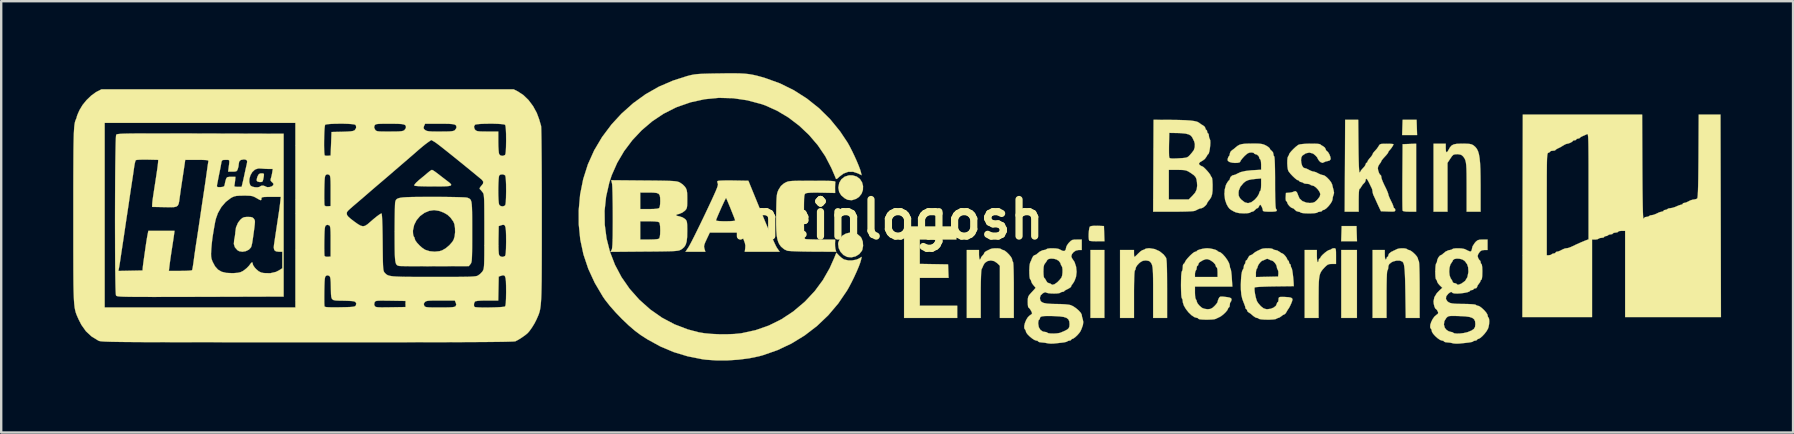
<source format=kicad_pcb>
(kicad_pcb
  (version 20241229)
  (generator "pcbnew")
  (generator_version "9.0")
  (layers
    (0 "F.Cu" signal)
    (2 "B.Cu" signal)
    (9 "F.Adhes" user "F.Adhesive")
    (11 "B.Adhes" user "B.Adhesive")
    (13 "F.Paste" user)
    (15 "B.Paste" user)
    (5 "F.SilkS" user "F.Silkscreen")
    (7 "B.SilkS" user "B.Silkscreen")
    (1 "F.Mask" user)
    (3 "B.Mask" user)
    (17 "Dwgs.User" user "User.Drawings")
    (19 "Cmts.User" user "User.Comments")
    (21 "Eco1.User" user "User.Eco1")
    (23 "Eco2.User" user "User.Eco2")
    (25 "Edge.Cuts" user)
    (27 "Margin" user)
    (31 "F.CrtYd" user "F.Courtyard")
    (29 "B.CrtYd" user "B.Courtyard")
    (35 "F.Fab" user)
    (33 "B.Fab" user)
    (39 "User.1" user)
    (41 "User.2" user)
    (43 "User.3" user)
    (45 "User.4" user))
  (footprint "meinlogosh"
    (layer "F.Cu")
    (at 33.932 6.097)
    (property "Reference" "meinlogosh" (at 0 0 0) (layer "F.SilkS") (effects (font (size 1.524 1.524) (thickness 0.3))))
    (attr through_hole)
    (fp_poly (pts (xy 9.035 4.1) (xy 8.455 4.1) (xy 8.455 1.27) (xy 9.035 1.27) (xy 9.035 4.1)) (stroke (width 0.01) (type solid)) (fill yes) (layer "F.SilkS"))
    (fp_poly (pts (xy 19.558 4.1) (xy 18.905 4.1) (xy 18.905 1.27) (xy 19.558 1.27) (xy 19.558 4.1)) (stroke (width 0.01) (type solid)) (fill yes) (layer "F.SilkS"))
    (fp_poly (pts (xy 22.065 -3.52) (xy 21.442 -3.52) (xy 21.463 -4.155) (xy 22.044 -4.155) (xy 22.065 -3.52)) (stroke (width 0.01) (type solid)) (fill yes) (layer "F.SilkS"))
    (fp_poly (pts (xy 19.55 0.59) (xy 19.561 0.907) (xy 18.902 0.907) (xy 18.923 0.272) (xy 19.54 0.272) (xy 19.55 0.59)) (stroke (width 0.01) (type solid)) (fill yes) (layer "F.SilkS"))
    (fp_poly (pts (xy 2.867 0.835) (xy 1.343 0.835) (xy 1.343 1.849) (xy 1.932 1.859) (xy 2.522 1.869) (xy 2.532 2.15) (xy 2.543 2.431) (xy 1.343 2.431) (xy 1.343 3.592) (xy 2.903 3.592) (xy 2.903 4.1) (xy 0.689 4.1) (xy 0.689 0.29) (xy 2.867 0.29) (xy 2.867 0.835)) (stroke (width 0.01) (type solid)) (fill yes) (layer "F.SilkS"))
    (fp_poly (pts (xy 22.025 -0.327) (xy 21.752 -0.327) (xy 21.587 -0.332) (xy 21.491 -0.35) (xy 21.461 -0.372) (xy 21.458 -0.418) (xy 21.455 -0.527) (xy 21.453 -0.693) (xy 21.451 -0.907) (xy 21.451 -1.159) (xy 21.452 -1.443) (xy 21.453 -1.75) (xy 21.453 -1.778) (xy 21.463 -3.139) (xy 21.744 -3.149) (xy 22.025 -3.16) (xy 22.025 -0.327)) (stroke (width 0.01) (type solid)) (fill yes) (layer "F.SilkS"))
    (fp_poly (pts (xy -26.014 -1.92) (xy -25.985 -1.895) (xy -25.987 -1.83) (xy -25.995 -1.772) (xy -26.015 -1.671) (xy -26.034 -1.602) (xy -26.038 -1.591) (xy -26.091 -1.564) (xy -26.174 -1.563) (xy -26.251 -1.584) (xy -26.284 -1.614) (xy -26.284 -1.681) (xy -26.258 -1.776) (xy -26.251 -1.795) (xy -26.204 -1.882) (xy -26.147 -1.918) (xy -26.084 -1.923) (xy -26.014 -1.92)) (stroke (width 0.01) (type solid)) (fill yes) (layer "F.SilkS"))
    (fp_poly (pts (xy 8.751 0.261) (xy 9.017 0.272) (xy 9.027 0.59) (xy 9.038 0.907) (xy 8.734 0.907) (xy 8.592 0.904) (xy 8.479 0.897) (xy 8.414 0.887) (xy 8.406 0.883) (xy 8.388 0.827) (xy 8.38 0.723) (xy 8.381 0.595) (xy 8.391 0.465) (xy 8.407 0.358) (xy 8.43 0.296) (xy 8.433 0.293) (xy 8.502 0.27) (xy 8.629 0.26) (xy 8.751 0.261)) (stroke (width 0.01) (type solid)) (fill yes) (layer "F.SilkS"))
    (fp_poly (pts (xy -1.45 -1.84) (xy -1.279 -1.787) (xy -1.149 -1.685) (xy -1.062 -1.55) (xy -1.021 -1.395) (xy -1.026 -1.233) (xy -1.081 -1.078) (xy -1.186 -0.944) (xy -1.307 -0.862) (xy -1.486 -0.805) (xy -1.655 -0.819) (xy -1.778 -0.88) (xy -1.93 -1.008) (xy -2.017 -1.148) (xy -2.047 -1.313) (xy -2.048 -1.342) (xy -2.013 -1.529) (xy -1.921 -1.68) (xy -1.782 -1.787) (xy -1.608 -1.841) (xy -1.45 -1.84)) (stroke (width 0.01) (type solid)) (fill yes) (layer "F.SilkS"))
    (fp_poly (pts (xy -1.41 0.552) (xy -1.255 0.609) (xy -1.126 0.718) (xy -1.087 0.773) (xy -1.031 0.923) (xy -1.019 1.097) (xy -1.051 1.262) (xy -1.07 1.305) (xy -1.178 1.44) (xy -1.329 1.534) (xy -1.504 1.576) (xy -1.679 1.56) (xy -1.683 1.559) (xy -1.836 1.479) (xy -1.958 1.349) (xy -2.036 1.189) (xy -2.059 1.018) (xy -2.053 0.963) (xy -1.99 0.798) (xy -1.88 0.671) (xy -1.736 0.587) (xy -1.575 0.546) (xy -1.41 0.552)) (stroke (width 0.01) (type solid)) (fill yes) (layer "F.SilkS"))
    (fp_poly (pts (xy -18.935 -2.047) (xy -18.85 -1.991) (xy -18.744 -1.912) (xy -18.733 -1.903) (xy -18.596 -1.797) (xy -18.453 -1.687) (xy -18.352 -1.61) (xy -18.259 -1.539) (xy -18.201 -1.484) (xy -18.18 -1.443) (xy -18.204 -1.415) (xy -18.277 -1.396) (xy -18.405 -1.385) (xy -18.593 -1.38) (xy -18.847 -1.379) (xy -18.939 -1.379) (xy -19.199 -1.381) (xy -19.414 -1.385) (xy -19.578 -1.393) (xy -19.682 -1.403) (xy -19.721 -1.415) (xy -19.708 -1.459) (xy -19.64 -1.538) (xy -19.523 -1.645) (xy -19.383 -1.76) (xy -19.298 -1.829) (xy -19.194 -1.918) (xy -19.157 -1.95) (xy -19.071 -2.019) (xy -19.003 -2.062) (xy -18.982 -2.068) (xy -18.935 -2.047)) (stroke (width 0.01) (type solid)) (fill yes) (layer "F.SilkS"))
    (fp_poly (pts (xy -26.53 -0.104) (xy -26.457 -0.083) (xy -26.409 -0.04) (xy -26.399 -0.025) (xy -26.381 0.003) (xy -26.368 0.031) (xy -26.361 0.068) (xy -26.361 0.124) (xy -26.368 0.208) (xy -26.382 0.332) (xy -26.405 0.504) (xy -26.437 0.734) (xy -26.453 0.844) (xy -26.475 0.98) (xy -26.501 1.093) (xy -26.522 1.157) (xy -26.611 1.255) (xy -26.739 1.318) (xy -26.882 1.342) (xy -27.016 1.32) (xy -27.089 1.278) (xy -27.194 1.158) (xy -27.238 1.02) (xy -27.224 0.849) (xy -27.22 0.832) (xy -27.195 0.7) (xy -27.18 0.579) (xy -27.178 0.537) (xy -27.148 0.329) (xy -27.065 0.135) (xy -26.97 0.012) (xy -26.888 -0.06) (xy -26.812 -0.096) (xy -26.709 -0.108) (xy -26.651 -0.109) (xy -26.53 -0.104)) (stroke (width 0.01) (type solid)) (fill yes) (layer "F.SilkS"))
    (fp_poly (pts (xy 18.641 1.2) (xy 18.667 1.218) (xy 18.68 1.265) (xy 18.686 1.355) (xy 18.687 1.501) (xy 18.687 1.524) (xy 18.687 1.851) (xy 18.518 1.851) (xy 18.415 1.856) (xy 18.338 1.883) (xy 18.262 1.944) (xy 18.2 2.006) (xy 18.129 2.084) (xy 18.074 2.158) (xy 18.032 2.238) (xy 18.002 2.335) (xy 17.982 2.459) (xy 17.97 2.619) (xy 17.964 2.826) (xy 17.962 3.09) (xy 17.961 3.259) (xy 17.961 4.1) (xy 17.381 4.1) (xy 17.381 1.27) (xy 17.889 1.27) (xy 17.889 1.524) (xy 17.894 1.654) (xy 17.907 1.744) (xy 17.925 1.778) (xy 17.925 1.778) (xy 17.955 1.748) (xy 17.961 1.705) (xy 17.977 1.646) (xy 17.998 1.633) (xy 18.032 1.605) (xy 18.034 1.592) (xy 18.061 1.542) (xy 18.129 1.468) (xy 18.218 1.388) (xy 18.309 1.319) (xy 18.382 1.277) (xy 18.404 1.271) (xy 18.47 1.251) (xy 18.488 1.234) (xy 18.538 1.206) (xy 18.599 1.197) (xy 18.641 1.2)) (stroke (width 0.01) (type solid)) (fill yes) (layer "F.SilkS"))
    (fp_poly (pts (xy 24.124 -3.159) (xy 24.243 -3.151) (xy 24.326 -3.134) (xy 24.39 -3.105) (xy 24.42 -3.085) (xy 24.494 -3.022) (xy 24.554 -2.946) (xy 24.603 -2.849) (xy 24.641 -2.723) (xy 24.669 -2.561) (xy 24.689 -2.356) (xy 24.702 -2.101) (xy 24.708 -1.789) (xy 24.711 -1.412) (xy 24.711 -1.378) (xy 24.711 -0.327) (xy 24.13 -0.327) (xy 24.13 -1.341) (xy 24.129 -1.658) (xy 24.127 -1.911) (xy 24.122 -2.109) (xy 24.113 -2.262) (xy 24.099 -2.377) (xy 24.078 -2.463) (xy 24.051 -2.53) (xy 24.015 -2.587) (xy 23.972 -2.64) (xy 23.9 -2.696) (xy 23.799 -2.719) (xy 23.734 -2.721) (xy 23.638 -2.716) (xy 23.574 -2.695) (xy 23.519 -2.64) (xy 23.45 -2.54) (xy 23.332 -2.359) (xy 23.332 -0.327) (xy 22.751 -0.327) (xy 22.751 -3.157) (xy 23.259 -3.157) (xy 23.259 -2.975) (xy 23.266 -2.853) (xy 23.288 -2.802) (xy 23.326 -2.82) (xy 23.371 -2.894) (xy 23.437 -3.009) (xy 23.506 -3.085) (xy 23.594 -3.131) (xy 23.717 -3.154) (xy 23.891 -3.161) (xy 23.949 -3.162) (xy 24.124 -3.159)) (stroke (width 0.01) (type solid)) (fill yes) (layer "F.SilkS"))
    (fp_poly (pts (xy 4.589 1.2) (xy 4.685 1.211) (xy 4.735 1.233) (xy 4.735 1.234) (xy 4.787 1.266) (xy 4.815 1.27) (xy 4.881 1.297) (xy 4.969 1.366) (xy 5.061 1.457) (xy 5.138 1.552) (xy 5.184 1.632) (xy 5.189 1.657) (xy 5.204 1.731) (xy 5.225 1.76) (xy 5.236 1.803) (xy 5.245 1.915) (xy 5.252 2.092) (xy 5.257 2.332) (xy 5.261 2.63) (xy 5.261 2.941) (xy 5.261 4.1) (xy 4.681 4.1) (xy 4.681 1.929) (xy 4.569 1.817) (xy 4.443 1.733) (xy 4.303 1.705) (xy 4.168 1.731) (xy 4.055 1.807) (xy 3.995 1.903) (xy 3.953 2.002) (xy 3.916 2.077) (xy 3.907 2.129) (xy 3.899 2.243) (xy 3.893 2.41) (xy 3.887 2.618) (xy 3.884 2.859) (xy 3.883 3.12) (xy 3.883 4.1) (xy 3.302 4.1) (xy 3.302 1.27) (xy 3.81 1.27) (xy 3.81 1.47) (xy 3.816 1.579) (xy 3.831 1.651) (xy 3.846 1.669) (xy 3.879 1.64) (xy 3.883 1.62) (xy 3.907 1.561) (xy 3.955 1.506) (xy 4.01 1.442) (xy 4.028 1.398) (xy 4.057 1.353) (xy 4.128 1.308) (xy 4.222 1.263) (xy 4.29 1.229) (xy 4.366 1.209) (xy 4.475 1.199) (xy 4.589 1.2)) (stroke (width 0.01) (type solid)) (fill yes) (layer "F.SilkS"))
    (fp_poly (pts (xy 11.132 1.231) (xy 11.334 1.322) (xy 11.505 1.46) (xy 11.602 1.589) (xy 11.616 1.633) (xy 11.626 1.716) (xy 11.635 1.844) (xy 11.641 2.024) (xy 11.645 2.259) (xy 11.647 2.557) (xy 11.648 2.884) (xy 11.648 4.1) (xy 11.067 4.1) (xy 11.067 3.029) (xy 11.067 2.712) (xy 11.065 2.458) (xy 11.061 2.26) (xy 11.054 2.109) (xy 11.043 1.996) (xy 11.027 1.913) (xy 11.005 1.852) (xy 10.977 1.804) (xy 10.94 1.76) (xy 10.934 1.752) (xy 10.872 1.722) (xy 10.773 1.706) (xy 10.75 1.705) (xy 10.639 1.72) (xy 10.54 1.774) (xy 10.476 1.828) (xy 10.397 1.914) (xy 10.349 1.995) (xy 10.341 2.026) (xy 10.326 2.097) (xy 10.305 2.123) (xy 10.294 2.166) (xy 10.284 2.277) (xy 10.277 2.452) (xy 10.272 2.687) (xy 10.269 2.976) (xy 10.269 3.123) (xy 10.269 4.1) (xy 9.688 4.1) (xy 9.688 1.27) (xy 10.269 1.27) (xy 10.269 1.415) (xy 10.273 1.506) (xy 10.284 1.557) (xy 10.288 1.56) (xy 10.322 1.536) (xy 10.388 1.474) (xy 10.446 1.415) (xy 10.533 1.334) (xy 10.609 1.282) (xy 10.642 1.27) (xy 10.706 1.25) (xy 10.722 1.234) (xy 10.769 1.212) (xy 10.862 1.199) (xy 10.921 1.197) (xy 11.132 1.231)) (stroke (width 0.01) (type solid)) (fill yes) (layer "F.SilkS"))
    (fp_poly (pts (xy 21.53 1.202) (xy 21.614 1.216) (xy 21.644 1.234) (xy 21.696 1.266) (xy 21.728 1.271) (xy 21.798 1.299) (xy 21.889 1.365) (xy 21.982 1.452) (xy 22.058 1.541) (xy 22.096 1.614) (xy 22.098 1.627) (xy 22.114 1.698) (xy 22.134 1.724) (xy 22.145 1.766) (xy 22.154 1.878) (xy 22.161 2.056) (xy 22.166 2.296) (xy 22.17 2.595) (xy 22.171 2.923) (xy 22.171 4.1) (xy 21.593 4.1) (xy 21.578 3.093) (xy 21.572 2.75) (xy 21.565 2.472) (xy 21.556 2.252) (xy 21.545 2.082) (xy 21.531 1.956) (xy 21.514 1.866) (xy 21.491 1.805) (xy 21.464 1.766) (xy 21.449 1.752) (xy 21.345 1.712) (xy 21.208 1.712) (xy 21.067 1.748) (xy 20.991 1.787) (xy 20.905 1.857) (xy 20.869 1.932) (xy 20.865 1.985) (xy 20.854 2.072) (xy 20.829 2.122) (xy 20.828 2.123) (xy 20.816 2.166) (xy 20.807 2.277) (xy 20.8 2.452) (xy 20.795 2.687) (xy 20.792 2.976) (xy 20.792 3.123) (xy 20.792 4.1) (xy 20.211 4.1) (xy 20.211 1.27) (xy 20.719 1.27) (xy 20.719 1.47) (xy 20.725 1.579) (xy 20.74 1.651) (xy 20.755 1.669) (xy 20.788 1.64) (xy 20.792 1.615) (xy 20.811 1.566) (xy 20.828 1.56) (xy 20.86 1.531) (xy 20.864 1.503) (xy 20.892 1.426) (xy 20.98 1.354) (xy 21.064 1.311) (xy 21.161 1.266) (xy 21.236 1.229) (xy 21.314 1.208) (xy 21.421 1.199) (xy 21.53 1.202)) (stroke (width 0.01) (type solid)) (fill yes) (layer "F.SilkS"))
    (fp_poly (pts (xy -6.424 -1.626) (xy -5.798 -1.615) (xy -5.26 -0.301) (xy -5.137 -0.003) (xy -5.018 0.28) (xy -4.907 0.54) (xy -4.807 0.767) (xy -4.722 0.954) (xy -4.657 1.091) (xy -4.614 1.171) (xy -4.609 1.178) (xy -4.496 1.343) (xy -5.949 1.343) (xy -5.929 1.188) (xy -5.924 1.085) (xy -5.944 0.979) (xy -5.994 0.845) (xy -6.019 0.789) (xy -6.129 0.544) (xy -7.406 0.544) (xy -7.536 0.819) (xy -7.601 0.96) (xy -7.636 1.056) (xy -7.646 1.128) (xy -7.635 1.195) (xy -7.629 1.218) (xy -7.591 1.343) (xy -8.419 1.343) (xy -8.293 1.152) (xy -8.249 1.075) (xy -8.177 0.941) (xy -8.084 0.759) (xy -7.974 0.539) (xy -7.851 0.288) (xy -7.729 0.036) (xy -7.148 0.036) (xy -7.113 0.053) (xy -7.014 0.065) (xy -6.859 0.072) (xy -6.749 0.073) (xy -6.565 0.069) (xy -6.433 0.06) (xy -6.361 0.046) (xy -6.35 0.036) (xy -6.363 -0.006) (xy -6.398 -0.1) (xy -6.449 -0.229) (xy -6.509 -0.379) (xy -6.572 -0.535) (xy -6.632 -0.679) (xy -6.682 -0.799) (xy -6.717 -0.877) (xy -6.729 -0.899) (xy -6.747 -0.872) (xy -6.786 -0.793) (xy -6.842 -0.676) (xy -6.907 -0.535) (xy -6.974 -0.384) (xy -7.039 -0.237) (xy -7.094 -0.109) (xy -7.132 -0.014) (xy -7.148 0.034) (xy -7.148 0.036) (xy -7.729 0.036) (xy -7.719 0.016) (xy -7.599 -0.234) (xy -7.449 -0.552) (xy -7.328 -0.81) (xy -7.234 -1.016) (xy -7.163 -1.176) (xy -7.114 -1.295) (xy -7.083 -1.382) (xy -7.069 -1.441) (xy -7.067 -1.479) (xy -7.075 -1.5) (xy -7.097 -1.573) (xy -7.084 -1.603) (xy -7.037 -1.614) (xy -6.929 -1.622) (xy -6.77 -1.627) (xy -6.572 -1.628) (xy -6.424 -1.626)) (stroke (width 0.01) (type solid)) (fill yes) (layer "F.SilkS"))
    (fp_poly (pts (xy -2.844 -1.614) (xy -2.614 -1.613) (xy -2.442 -1.61) (xy -2.319 -1.605) (xy -2.239 -1.597) (xy -2.193 -1.587) (xy -2.175 -1.573) (xy -2.174 -1.56) (xy -2.182 -1.495) (xy -2.186 -1.386) (xy -2.187 -1.306) (xy -2.184 -1.107) (xy -2.758 -1.119) (xy -3.024 -1.122) (xy -3.223 -1.117) (xy -3.354 -1.105) (xy -3.407 -1.09) (xy -3.431 -1.076) (xy -3.449 -1.053) (xy -3.462 -1.015) (xy -3.471 -0.952) (xy -3.478 -0.855) (xy -3.481 -0.716) (xy -3.483 -0.527) (xy -3.483 -0.278) (xy -3.483 -0.13) (xy -3.483 0.156) (xy -3.481 0.377) (xy -3.478 0.542) (xy -3.472 0.659) (xy -3.464 0.737) (xy -3.452 0.783) (xy -3.436 0.807) (xy -3.426 0.813) (xy -3.372 0.82) (xy -3.258 0.826) (xy -3.1 0.831) (xy -2.909 0.834) (xy -2.775 0.835) (xy -2.181 0.835) (xy -2.188 0.989) (xy -2.186 1.113) (xy -2.172 1.225) (xy -2.167 1.243) (xy -2.139 1.343) (xy -3.093 1.339) (xy -3.356 1.336) (xy -3.602 1.332) (xy -3.819 1.325) (xy -3.997 1.317) (xy -4.122 1.308) (xy -4.181 1.299) (xy -4.303 1.242) (xy -4.423 1.143) (xy -4.44 1.126) (xy -4.503 1.042) (xy -4.553 0.942) (xy -4.591 0.817) (xy -4.618 0.659) (xy -4.634 0.459) (xy -4.642 0.208) (xy -4.642 -0.102) (xy -4.639 -0.304) (xy -4.634 -0.56) (xy -4.629 -0.756) (xy -4.622 -0.902) (xy -4.612 -1.01) (xy -4.598 -1.09) (xy -4.578 -1.156) (xy -4.552 -1.217) (xy -4.535 -1.252) (xy -4.444 -1.396) (xy -4.326 -1.498) (xy -4.282 -1.524) (xy -4.232 -1.551) (xy -4.184 -1.572) (xy -4.13 -1.588) (xy -4.059 -1.599) (xy -3.962 -1.607) (xy -3.831 -1.611) (xy -3.655 -1.614) (xy -3.424 -1.615) (xy -3.139 -1.615) (xy -2.844 -1.614)) (stroke (width 0.01) (type solid)) (fill yes) (layer "F.SilkS"))
    (fp_poly (pts (xy -18.622 -0.943) (xy -18.336 -0.94) (xy -18.079 -0.936) (xy -17.859 -0.931) (xy -17.686 -0.925) (xy -17.569 -0.918) (xy -17.516 -0.91) (xy -17.462 -0.89) (xy -17.419 -0.868) (xy -17.384 -0.838) (xy -17.358 -0.792) (xy -17.338 -0.724) (xy -17.325 -0.625) (xy -17.316 -0.489) (xy -17.311 -0.308) (xy -17.309 -0.075) (xy -17.308 0.217) (xy -17.308 0.507) (xy -17.308 0.844) (xy -17.309 1.116) (xy -17.311 1.331) (xy -17.315 1.497) (xy -17.32 1.619) (xy -17.327 1.708) (xy -17.337 1.769) (xy -17.35 1.811) (xy -17.366 1.841) (xy -17.378 1.856) (xy -17.447 1.941) (xy -18.856 1.946) (xy -19.172 1.947) (xy -19.467 1.946) (xy -19.734 1.945) (xy -19.963 1.944) (xy -20.146 1.941) (xy -20.275 1.939) (xy -20.342 1.935) (xy -20.347 1.934) (xy -20.397 1.922) (xy -20.437 1.902) (xy -20.469 1.867) (xy -20.493 1.811) (xy -20.511 1.725) (xy -20.523 1.603) (xy -20.531 1.438) (xy -20.535 1.223) (xy -20.537 0.949) (xy -20.538 0.611) (xy -20.538 0.577) (xy -20.538 0.505) (xy -19.776 0.505) (xy -19.769 0.614) (xy -19.752 0.689) (xy -19.739 0.708) (xy -19.708 0.759) (xy -19.703 0.795) (xy -19.676 0.871) (xy -19.604 0.97) (xy -19.504 1.078) (xy -19.391 1.178) (xy -19.28 1.253) (xy -19.259 1.264) (xy -19.079 1.321) (xy -18.872 1.34) (xy -18.671 1.32) (xy -18.564 1.287) (xy -18.411 1.2) (xy -18.26 1.073) (xy -18.136 0.932) (xy -18.08 0.84) (xy -18.038 0.702) (xy -18.019 0.531) (xy -18.023 0.353) (xy -18.048 0.194) (xy -18.089 0.089) (xy -18.209 -0.078) (xy -18.338 -0.199) (xy -18.5 -0.291) (xy -18.683 -0.359) (xy -18.894 -0.392) (xy -19.104 -0.361) (xy -19.303 -0.275) (xy -19.48 -0.143) (xy -19.625 0.027) (xy -19.726 0.227) (xy -19.774 0.447) (xy -19.776 0.505) (xy -20.538 0.505) (xy -20.537 0.286) (xy -20.535 0.014) (xy -20.532 -0.23) (xy -20.528 -0.435) (xy -20.524 -0.592) (xy -20.519 -0.692) (xy -20.515 -0.719) (xy -20.502 -0.774) (xy -20.481 -0.819) (xy -20.446 -0.855) (xy -20.39 -0.883) (xy -20.306 -0.905) (xy -20.189 -0.921) (xy -20.031 -0.931) (xy -19.825 -0.938) (xy -19.566 -0.942) (xy -19.247 -0.943) (xy -18.929 -0.943) (xy -18.622 -0.943)) (stroke (width 0.01) (type solid)) (fill yes) (layer "F.SilkS"))
    (fp_poly (pts (xy -10.155 -1.626) (xy -9.804 -1.623) (xy -9.517 -1.62) (xy -9.288 -1.616) (xy -9.108 -1.611) (xy -8.971 -1.605) (xy -8.868 -1.597) (xy -8.792 -1.587) (xy -8.735 -1.574) (xy -8.69 -1.559) (xy -8.655 -1.542) (xy -8.541 -1.466) (xy -8.444 -1.368) (xy -8.428 -1.346) (xy -8.39 -1.281) (xy -8.366 -1.211) (xy -8.352 -1.117) (xy -8.347 -0.982) (xy -8.346 -0.845) (xy -8.347 -0.674) (xy -8.352 -0.56) (xy -8.365 -0.484) (xy -8.389 -0.431) (xy -8.428 -0.384) (xy -8.449 -0.363) (xy -8.553 -0.287) (xy -8.671 -0.238) (xy -8.685 -0.234) (xy -8.784 -0.208) (xy -8.811 -0.179) (xy -8.766 -0.152) (xy -8.67 -0.131) (xy -8.545 -0.091) (xy -8.441 -0.025) (xy -8.434 -0.019) (xy -8.396 0.023) (xy -8.371 0.069) (xy -8.356 0.134) (xy -8.349 0.234) (xy -8.346 0.382) (xy -8.346 0.498) (xy -8.351 0.736) (xy -8.371 0.915) (xy -8.41 1.047) (xy -8.471 1.146) (xy -8.559 1.224) (xy -8.604 1.252) (xy -8.638 1.27) (xy -8.678 1.285) (xy -8.731 1.298) (xy -8.804 1.307) (xy -8.904 1.315) (xy -9.039 1.321) (xy -9.215 1.325) (xy -9.442 1.329) (xy -9.725 1.332) (xy -10.071 1.335) (xy -10.135 1.335) (xy -11.544 1.347) (xy -11.496 1.263) (xy -11.482 1.223) (xy -11.472 1.151) (xy -11.463 1.04) (xy -11.457 0.885) (xy -11.452 0.679) (xy -11.45 0.416) (xy -11.448 0.089) (xy -11.448 0.073) (xy -10.305 0.073) (xy -10.305 0.835) (xy -9.931 0.835) (xy -9.73 0.83) (xy -9.591 0.817) (xy -9.519 0.795) (xy -9.514 0.791) (xy -9.491 0.73) (xy -9.475 0.609) (xy -9.471 0.454) (xy -9.476 0.289) (xy -9.492 0.172) (xy -9.514 0.116) (xy -9.576 0.093) (xy -9.706 0.079) (xy -9.9 0.073) (xy -9.931 0.073) (xy -10.305 0.073) (xy -11.448 0.073) (xy -11.448 -0.091) (xy -11.449 -0.394) (xy -11.452 -0.678) (xy -11.456 -0.936) (xy -11.46 -1.125) (xy -10.305 -1.125) (xy -10.305 -0.435) (xy -9.931 -0.435) (xy -9.73 -0.44) (xy -9.591 -0.453) (xy -9.519 -0.475) (xy -9.514 -0.479) (xy -9.49 -0.539) (xy -9.475 -0.651) (xy -9.471 -0.767) (xy -9.475 -0.913) (xy -9.494 -1.012) (xy -9.541 -1.075) (xy -9.626 -1.108) (xy -9.762 -1.122) (xy -9.945 -1.125) (xy -10.305 -1.125) (xy -11.46 -1.125) (xy -11.461 -1.157) (xy -11.467 -1.332) (xy -11.474 -1.451) (xy -11.48 -1.499) (xy -11.512 -1.638) (xy -10.155 -1.626)) (stroke (width 0.01) (type solid)) (fill yes) (layer "F.SilkS"))
    (fp_poly (pts (xy 19.622 -3.057) (xy 19.626 -2.726) (xy 19.632 -2.449) (xy 19.639 -2.231) (xy 19.648 -2.074) (xy 19.658 -1.983) (xy 19.667 -1.959) (xy 19.702 -1.988) (xy 19.703 -1.999) (xy 19.728 -2.047) (xy 19.789 -2.118) (xy 19.812 -2.141) (xy 19.881 -2.219) (xy 19.919 -2.287) (xy 19.921 -2.301) (xy 19.939 -2.351) (xy 19.957 -2.359) (xy 19.991 -2.387) (xy 19.994 -2.404) (xy 20.017 -2.457) (xy 20.075 -2.535) (xy 20.102 -2.565) (xy 20.169 -2.645) (xy 20.208 -2.709) (xy 20.211 -2.723) (xy 20.235 -2.774) (xy 20.295 -2.845) (xy 20.311 -2.861) (xy 20.394 -2.955) (xy 20.459 -3.051) (xy 20.462 -3.057) (xy 20.492 -3.107) (xy 20.53 -3.137) (xy 20.592 -3.152) (xy 20.699 -3.156) (xy 20.798 -3.157) (xy 20.931 -3.155) (xy 21.031 -3.149) (xy 21.08 -3.141) (xy 21.082 -3.138) (xy 21.061 -3.082) (xy 21.011 -3.001) (xy 20.951 -2.923) (xy 20.928 -2.899) (xy 20.878 -2.839) (xy 20.864 -2.803) (xy 20.841 -2.759) (xy 20.78 -2.683) (xy 20.719 -2.617) (xy 20.64 -2.529) (xy 20.587 -2.459) (xy 20.574 -2.43) (xy 20.551 -2.378) (xy 20.501 -2.314) (xy 20.447 -2.224) (xy 20.429 -2.141) (xy 20.442 -2.05) (xy 20.473 -1.954) (xy 20.512 -1.879) (xy 20.547 -1.851) (xy 20.568 -1.82) (xy 20.574 -1.765) (xy 20.59 -1.694) (xy 20.633 -1.581) (xy 20.695 -1.445) (xy 20.719 -1.397) (xy 20.785 -1.262) (xy 20.835 -1.147) (xy 20.862 -1.07) (xy 20.864 -1.055) (xy 20.88 -0.994) (xy 20.922 -0.892) (xy 20.973 -0.786) (xy 21.03 -0.67) (xy 21.069 -0.574) (xy 21.082 -0.524) (xy 21.102 -0.477) (xy 21.118 -0.472) (xy 21.148 -0.441) (xy 21.155 -0.398) (xy 21.15 -0.361) (xy 21.125 -0.34) (xy 21.066 -0.331) (xy 20.958 -0.331) (xy 20.857 -0.334) (xy 20.559 -0.345) (xy 20.498 -0.472) (xy 20.447 -0.582) (xy 20.385 -0.717) (xy 20.357 -0.78) (xy 20.305 -0.895) (xy 20.261 -0.989) (xy 20.243 -1.025) (xy 20.216 -1.116) (xy 20.211 -1.161) (xy 20.195 -1.256) (xy 20.179 -1.298) (xy 20.145 -1.366) (xy 20.094 -1.471) (xy 20.064 -1.533) (xy 20.002 -1.647) (xy 19.955 -1.7) (xy 19.927 -1.687) (xy 19.921 -1.635) (xy 19.894 -1.557) (xy 19.857 -1.517) (xy 19.794 -1.45) (xy 19.742 -1.37) (xy 19.698 -1.3) (xy 19.661 -1.27) (xy 19.661 -1.27) (xy 19.65 -1.236) (xy 19.64 -1.143) (xy 19.634 -1.004) (xy 19.631 -0.833) (xy 19.631 -0.798) (xy 19.631 -0.327) (xy 19.049 -0.327) (xy 19.059 -2.241) (xy 19.068 -4.155) (xy 19.612 -4.155) (xy 19.622 -3.057)) (stroke (width 0.01) (type solid)) (fill yes) (layer "F.SilkS"))
    (fp_poly (pts (xy 11.775 -4.152) (xy 12.122 -4.148) (xy 12.403 -4.139) (xy 12.623 -4.124) (xy 12.787 -4.102) (xy 12.902 -4.074) (xy 12.973 -4.037) (xy 12.98 -4.032) (xy 13.061 -3.971) (xy 13.145 -3.922) (xy 13.215 -3.866) (xy 13.244 -3.804) (xy 13.261 -3.748) (xy 13.281 -3.737) (xy 13.31 -3.707) (xy 13.317 -3.665) (xy 13.332 -3.606) (xy 13.353 -3.592) (xy 13.379 -3.561) (xy 13.389 -3.491) (xy 13.403 -3.402) (xy 13.429 -3.349) (xy 13.446 -3.296) (xy 13.45 -3.197) (xy 13.443 -3.072) (xy 13.428 -2.943) (xy 13.406 -2.828) (xy 13.381 -2.747) (xy 13.358 -2.721) (xy 13.329 -2.692) (xy 13.29 -2.621) (xy 13.289 -2.618) (xy 13.222 -2.525) (xy 13.144 -2.464) (xy 13.028 -2.396) (xy 12.977 -2.342) (xy 12.985 -2.294) (xy 13.013 -2.267) (xy 13.08 -2.226) (xy 13.115 -2.215) (xy 13.16 -2.188) (xy 13.232 -2.121) (xy 13.315 -2.034) (xy 13.391 -1.943) (xy 13.446 -1.868) (xy 13.462 -1.83) (xy 13.488 -1.778) (xy 13.502 -1.771) (xy 13.522 -1.728) (xy 13.536 -1.621) (xy 13.544 -1.456) (xy 13.544 -1.405) (xy 13.541 -1.201) (xy 13.523 -1.05) (xy 13.486 -0.934) (xy 13.424 -0.835) (xy 13.38 -0.782) (xy 13.332 -0.718) (xy 13.317 -0.681) (xy 13.29 -0.627) (xy 13.226 -0.56) (xy 13.149 -0.5) (xy 13.087 -0.472) (xy 13.082 -0.472) (xy 13.004 -0.456) (xy 12.954 -0.435) (xy 12.857 -0.387) (xy 12.809 -0.363) (xy 12.751 -0.352) (xy 12.63 -0.342) (xy 12.455 -0.334) (xy 12.236 -0.329) (xy 11.982 -0.327) (xy 11.902 -0.327) (xy 11.067 -0.327) (xy 11.075 -2.068) (xy 11.72 -2.068) (xy 11.72 -0.835) (xy 12.549 -0.835) (xy 12.71 -0.996) (xy 12.822 -1.127) (xy 12.883 -1.259) (xy 12.902 -1.414) (xy 12.892 -1.563) (xy 12.872 -1.684) (xy 12.833 -1.773) (xy 12.761 -1.85) (xy 12.641 -1.935) (xy 12.611 -1.955) (xy 12.523 -2.008) (xy 12.447 -2.041) (xy 12.363 -2.059) (xy 12.248 -2.067) (xy 12.083 -2.068) (xy 12.076 -2.068) (xy 11.72 -2.068) (xy 11.075 -2.068) (xy 11.076 -2.241) (xy 11.079 -2.938) (xy 11.726 -2.938) (xy 11.727 -2.777) (xy 11.73 -2.656) (xy 11.737 -2.588) (xy 11.738 -2.582) (xy 11.76 -2.558) (xy 11.812 -2.545) (xy 11.906 -2.541) (xy 12.056 -2.546) (xy 12.124 -2.55) (xy 12.291 -2.56) (xy 12.403 -2.572) (xy 12.477 -2.59) (xy 12.53 -2.621) (xy 12.581 -2.669) (xy 12.604 -2.694) (xy 12.685 -2.788) (xy 12.749 -2.874) (xy 12.764 -2.896) (xy 12.801 -3.014) (xy 12.805 -3.15) (xy 12.777 -3.257) (xy 12.737 -3.339) (xy 12.702 -3.412) (xy 12.646 -3.49) (xy 12.552 -3.546) (xy 12.413 -3.581) (xy 12.217 -3.6) (xy 12.093 -3.604) (xy 11.738 -3.61) (xy 11.728 -3.122) (xy 11.726 -2.938) (xy 11.079 -2.938) (xy 11.085 -4.155) (xy 11.775 -4.152)) (stroke (width 0.01) (type solid)) (fill yes) (layer "F.SilkS"))
    (fp_poly (pts (xy 13.429 1.206) (xy 13.55 1.229) (xy 13.658 1.259) (xy 13.732 1.292) (xy 13.752 1.315) (xy 13.781 1.34) (xy 13.8 1.343) (xy 13.877 1.373) (xy 13.972 1.452) (xy 14.07 1.563) (xy 14.16 1.689) (xy 14.227 1.813) (xy 14.259 1.918) (xy 14.26 1.935) (xy 14.273 2.016) (xy 14.292 2.052) (xy 14.308 2.101) (xy 14.324 2.205) (xy 14.339 2.346) (xy 14.345 2.44) (xy 14.367 2.794) (xy 12.809 2.794) (xy 12.809 3.046) (xy 12.814 3.175) (xy 12.827 3.273) (xy 12.845 3.32) (xy 12.845 3.32) (xy 12.877 3.372) (xy 12.881 3.404) (xy 12.909 3.48) (xy 12.979 3.572) (xy 13.073 3.657) (xy 13.126 3.692) (xy 13.217 3.722) (xy 13.332 3.737) (xy 13.349 3.737) (xy 13.453 3.725) (xy 13.54 3.68) (xy 13.622 3.607) (xy 13.697 3.524) (xy 13.744 3.456) (xy 13.752 3.433) (xy 13.767 3.37) (xy 13.798 3.293) (xy 13.833 3.234) (xy 13.881 3.21) (xy 13.966 3.211) (xy 14.006 3.216) (xy 14.163 3.235) (xy 14.26 3.255) (xy 14.312 3.28) (xy 14.331 3.315) (xy 14.333 3.337) (xy 14.316 3.406) (xy 14.297 3.429) (xy 14.27 3.478) (xy 14.26 3.558) (xy 14.25 3.634) (xy 14.224 3.665) (xy 14.191 3.694) (xy 14.188 3.712) (xy 14.161 3.773) (xy 14.093 3.857) (xy 14.001 3.946) (xy 13.904 4.023) (xy 13.842 4.059) (xy 13.745 4.105) (xy 13.671 4.141) (xy 13.607 4.157) (xy 13.498 4.167) (xy 13.365 4.172) (xy 13.226 4.172) (xy 13.098 4.166) (xy 13.002 4.156) (xy 12.956 4.141) (xy 12.954 4.137) (xy 12.925 4.104) (xy 12.899 4.1) (xy 12.789 4.069) (xy 12.665 3.987) (xy 12.541 3.868) (xy 12.431 3.728) (xy 12.347 3.584) (xy 12.304 3.451) (xy 12.301 3.412) (xy 12.29 3.329) (xy 12.265 3.284) (xy 12.25 3.24) (xy 12.239 3.133) (xy 12.232 2.973) (xy 12.228 2.77) (xy 12.228 2.721) (xy 12.231 2.51) (xy 12.237 2.34) (xy 12.244 2.27) (xy 12.809 2.27) (xy 12.809 2.395) (xy 13.752 2.395) (xy 13.752 2.195) (xy 13.746 2.086) (xy 13.731 2.014) (xy 13.716 1.996) (xy 13.684 1.966) (xy 13.68 1.94) (xy 13.649 1.864) (xy 13.571 1.78) (xy 13.463 1.704) (xy 13.403 1.675) (xy 13.326 1.65) (xy 13.255 1.654) (xy 13.16 1.689) (xy 13.122 1.707) (xy 13.003 1.777) (xy 12.955 1.843) (xy 12.954 1.855) (xy 12.938 1.911) (xy 12.918 1.923) (xy 12.89 1.954) (xy 12.881 2.012) (xy 12.868 2.089) (xy 12.845 2.123) (xy 12.821 2.171) (xy 12.809 2.259) (xy 12.809 2.27) (xy 12.244 2.27) (xy 12.248 2.221) (xy 12.261 2.163) (xy 12.265 2.159) (xy 12.288 2.111) (xy 12.3 2.021) (xy 12.301 1.994) (xy 12.308 1.903) (xy 12.327 1.854) (xy 12.335 1.851) (xy 12.371 1.821) (xy 12.393 1.774) (xy 12.433 1.701) (xy 12.509 1.607) (xy 12.602 1.508) (xy 12.697 1.42) (xy 12.778 1.359) (xy 12.82 1.343) (xy 12.873 1.329) (xy 12.881 1.315) (xy 12.914 1.285) (xy 12.997 1.252) (xy 13.11 1.223) (xy 13.231 1.203) (xy 13.317 1.197) (xy 13.429 1.206)) (stroke (width 0.01) (type solid)) (fill yes) (layer "F.SilkS"))
    (fp_poly (pts (xy 15.363 -3.165) (xy 15.5 -3.159) (xy 15.6 -3.146) (xy 15.679 -3.124) (xy 15.757 -3.089) (xy 15.767 -3.084) (xy 15.86 -3.027) (xy 15.919 -2.975) (xy 15.929 -2.953) (xy 15.958 -2.9) (xy 16.002 -2.867) (xy 16.061 -2.8) (xy 16.075 -2.74) (xy 16.088 -2.664) (xy 16.111 -2.631) (xy 16.122 -2.588) (xy 16.131 -2.476) (xy 16.139 -2.3) (xy 16.144 -2.063) (xy 16.147 -1.769) (xy 16.147 -1.542) (xy 16.148 -1.213) (xy 16.152 -0.937) (xy 16.158 -0.72) (xy 16.166 -0.564) (xy 16.176 -0.475) (xy 16.183 -0.454) (xy 16.217 -0.401) (xy 16.22 -0.379) (xy 16.204 -0.352) (xy 16.15 -0.336) (xy 16.044 -0.328) (xy 15.929 -0.327) (xy 15.779 -0.329) (xy 15.69 -0.339) (xy 15.647 -0.358) (xy 15.639 -0.379) (xy 15.625 -0.452) (xy 15.591 -0.535) (xy 15.552 -0.599) (xy 15.527 -0.617) (xy 15.495 -0.587) (xy 15.476 -0.544) (xy 15.439 -0.486) (xy 15.409 -0.472) (xy 15.356 -0.445) (xy 15.313 -0.399) (xy 15.248 -0.343) (xy 15.198 -0.327) (xy 15.132 -0.308) (xy 15.113 -0.29) (xy 15.068 -0.273) (xy 14.971 -0.261) (xy 14.842 -0.257) (xy 14.83 -0.257) (xy 14.649 -0.268) (xy 14.513 -0.299) (xy 14.424 -0.339) (xy 14.314 -0.402) (xy 14.243 -0.458) (xy 14.187 -0.532) (xy 14.124 -0.647) (xy 14.063 -0.826) (xy 14.039 -1.035) (xy 14.041 -1.086) (xy 14.623 -1.086) (xy 14.636 -0.981) (xy 14.684 -0.892) (xy 14.751 -0.818) (xy 14.887 -0.715) (xy 15.021 -0.682) (xy 15.159 -0.721) (xy 15.305 -0.831) (xy 15.309 -0.836) (xy 15.397 -0.936) (xy 15.461 -1.037) (xy 15.482 -1.09) (xy 15.506 -1.165) (xy 15.535 -1.197) (xy 15.535 -1.197) (xy 15.55 -1.231) (xy 15.562 -1.318) (xy 15.567 -1.442) (xy 15.567 -1.455) (xy 15.567 -1.712) (xy 15.358 -1.694) (xy 15.167 -1.673) (xy 15.029 -1.642) (xy 14.925 -1.595) (xy 14.836 -1.525) (xy 14.83 -1.519) (xy 14.701 -1.365) (xy 14.635 -1.205) (xy 14.623 -1.086) (xy 14.041 -1.086) (xy 14.05 -1.248) (xy 14.099 -1.435) (xy 14.122 -1.484) (xy 14.175 -1.572) (xy 14.218 -1.626) (xy 14.231 -1.633) (xy 14.257 -1.663) (xy 14.26 -1.69) (xy 14.291 -1.772) (xy 14.363 -1.835) (xy 14.422 -1.851) (xy 14.494 -1.87) (xy 14.571 -1.91) (xy 14.708 -1.974) (xy 14.901 -2.02) (xy 15.155 -2.05) (xy 15.267 -2.057) (xy 15.567 -2.074) (xy 15.567 -2.289) (xy 15.561 -2.404) (xy 15.546 -2.481) (xy 15.53 -2.504) (xy 15.499 -2.533) (xy 15.494 -2.561) (xy 15.463 -2.643) (xy 15.392 -2.705) (xy 15.333 -2.721) (xy 15.283 -2.74) (xy 15.276 -2.758) (xy 15.244 -2.782) (xy 15.166 -2.794) (xy 15.149 -2.794) (xy 15.064 -2.783) (xy 14.984 -2.742) (xy 14.888 -2.658) (xy 14.859 -2.629) (xy 14.774 -2.535) (xy 14.715 -2.455) (xy 14.696 -2.411) (xy 14.664 -2.379) (xy 14.582 -2.362) (xy 14.472 -2.358) (xy 14.357 -2.369) (xy 14.256 -2.395) (xy 14.245 -2.4) (xy 14.179 -2.445) (xy 14.17 -2.51) (xy 14.176 -2.536) (xy 14.203 -2.611) (xy 14.23 -2.643) (xy 14.254 -2.684) (xy 14.26 -2.738) (xy 14.289 -2.821) (xy 14.342 -2.877) (xy 14.436 -2.946) (xy 14.498 -2.999) (xy 14.58 -3.066) (xy 14.661 -3.112) (xy 14.757 -3.141) (xy 14.885 -3.157) (xy 15.062 -3.164) (xy 15.172 -3.165) (xy 15.363 -3.165)) (stroke (width 0.01) (type solid)) (fill yes) (layer "F.SilkS"))
    (fp_poly (pts (xy 17.901 -3.156) (xy 17.995 -3.145) (xy 18.031 -3.131) (xy 18.076 -3.095) (xy 18.152 -3.051) (xy 18.223 -2.996) (xy 18.252 -2.937) (xy 18.278 -2.873) (xy 18.303 -2.855) (xy 18.357 -2.805) (xy 18.411 -2.714) (xy 18.451 -2.61) (xy 18.464 -2.524) (xy 18.463 -2.515) (xy 18.418 -2.458) (xy 18.342 -2.437) (xy 18.253 -2.418) (xy 18.199 -2.392) (xy 18.122 -2.36) (xy 18.036 -2.396) (xy 17.993 -2.437) (xy 17.944 -2.502) (xy 17.925 -2.54) (xy 17.899 -2.593) (xy 17.835 -2.663) (xy 17.757 -2.729) (xy 17.719 -2.752) (xy 17.575 -2.79) (xy 17.426 -2.758) (xy 17.282 -2.661) (xy 17.241 -2.585) (xy 17.229 -2.476) (xy 17.241 -2.356) (xy 17.273 -2.246) (xy 17.323 -2.167) (xy 17.379 -2.141) (xy 17.441 -2.126) (xy 17.49 -2.105) (xy 17.586 -2.056) (xy 17.634 -2.032) (xy 17.717 -2.002) (xy 17.76 -1.996) (xy 17.825 -1.979) (xy 17.918 -1.937) (xy 17.943 -1.923) (xy 18.045 -1.876) (xy 18.132 -1.852) (xy 18.147 -1.851) (xy 18.219 -1.823) (xy 18.311 -1.751) (xy 18.404 -1.655) (xy 18.481 -1.553) (xy 18.524 -1.464) (xy 18.526 -1.457) (xy 18.55 -1.355) (xy 18.582 -1.237) (xy 18.584 -1.23) (xy 18.605 -1.109) (xy 18.582 -1.024) (xy 18.552 -0.93) (xy 18.542 -0.843) (xy 18.518 -0.761) (xy 18.455 -0.658) (xy 18.37 -0.552) (xy 18.279 -0.462) (xy 18.198 -0.407) (xy 18.165 -0.399) (xy 18.114 -0.381) (xy 18.107 -0.363) (xy 18.076 -0.335) (xy 18.018 -0.327) (xy 17.941 -0.313) (xy 17.907 -0.29) (xy 17.863 -0.274) (xy 17.764 -0.262) (xy 17.629 -0.255) (xy 17.562 -0.254) (xy 17.416 -0.258) (xy 17.299 -0.268) (xy 17.229 -0.283) (xy 17.218 -0.29) (xy 17.167 -0.319) (xy 17.115 -0.327) (xy 17.031 -0.354) (xy 16.982 -0.399) (xy 16.923 -0.455) (xy 16.881 -0.472) (xy 16.817 -0.499) (xy 16.742 -0.564) (xy 16.68 -0.642) (xy 16.655 -0.706) (xy 16.635 -0.755) (xy 16.617 -0.762) (xy 16.595 -0.795) (xy 16.588 -0.885) (xy 16.59 -0.934) (xy 16.601 -1.107) (xy 16.745 -1.118) (xy 16.85 -1.135) (xy 16.926 -1.162) (xy 16.936 -1.168) (xy 16.998 -1.183) (xy 17.056 -1.138) (xy 17.097 -1.043) (xy 17.102 -1.024) (xy 17.166 -0.876) (xy 17.285 -0.768) (xy 17.451 -0.704) (xy 17.594 -0.689) (xy 17.712 -0.697) (xy 17.796 -0.728) (xy 17.882 -0.799) (xy 17.903 -0.82) (xy 18.003 -0.946) (xy 18.034 -1.052) (xy 18.007 -1.141) (xy 17.941 -1.242) (xy 17.853 -1.335) (xy 17.762 -1.399) (xy 17.706 -1.415) (xy 17.638 -1.433) (xy 17.617 -1.451) (xy 17.568 -1.476) (xy 17.481 -1.488) (xy 17.472 -1.488) (xy 17.382 -1.497) (xy 17.328 -1.521) (xy 17.326 -1.524) (xy 17.275 -1.554) (xy 17.234 -1.56) (xy 17.176 -1.576) (xy 17.163 -1.597) (xy 17.134 -1.629) (xy 17.108 -1.633) (xy 17.054 -1.658) (xy 16.971 -1.724) (xy 16.876 -1.814) (xy 16.785 -1.912) (xy 16.715 -2.002) (xy 16.701 -2.025) (xy 16.678 -2.098) (xy 16.663 -2.212) (xy 16.656 -2.343) (xy 16.658 -2.471) (xy 16.669 -2.574) (xy 16.689 -2.628) (xy 16.691 -2.631) (xy 16.725 -2.683) (xy 16.728 -2.706) (xy 16.753 -2.76) (xy 16.819 -2.842) (xy 16.91 -2.937) (xy 17.008 -3.028) (xy 17.1 -3.099) (xy 17.124 -3.114) (xy 17.19 -3.133) (xy 17.305 -3.147) (xy 17.451 -3.157) (xy 17.611 -3.162) (xy 17.767 -3.162) (xy 17.901 -3.156)) (stroke (width 0.01) (type solid)) (fill yes) (layer "F.SilkS"))
    (fp_poly (pts (xy -6.152 -6.088) (xy -5.955 -6.077) (xy -5.78 -6.059) (xy -5.616 -6.031) (xy -5.45 -5.994) (xy -5.269 -5.945) (xy -5.087 -5.891) (xy -4.481 -5.672) (xy -3.904 -5.387) (xy -3.361 -5.041) (xy -2.855 -4.638) (xy -2.393 -4.182) (xy -1.979 -3.675) (xy -1.669 -3.211) (xy -1.58 -3.053) (xy -1.481 -2.86) (xy -1.38 -2.65) (xy -1.285 -2.439) (xy -1.203 -2.243) (xy -1.141 -2.078) (xy -1.108 -1.966) (xy -1.082 -1.846) (xy -1.229 -1.921) (xy -1.436 -1.99) (xy -1.64 -1.988) (xy -1.836 -1.915) (xy -2.004 -1.788) (xy -2.083 -1.714) (xy -2.128 -1.687) (xy -2.152 -1.701) (xy -2.162 -1.726) (xy -2.186 -1.788) (xy -2.233 -1.898) (xy -2.294 -2.04) (xy -2.344 -2.154) (xy -2.595 -2.637) (xy -2.906 -3.096) (xy -3.27 -3.522) (xy -3.679 -3.908) (xy -4.124 -4.247) (xy -4.598 -4.531) (xy -5.091 -4.754) (xy -5.252 -4.81) (xy -5.843 -4.968) (xy -6.438 -5.055) (xy -7.032 -5.07) (xy -7.621 -5.013) (xy -8.203 -4.886) (xy -8.772 -4.688) (xy -8.832 -4.662) (xy -9.334 -4.408) (xy -9.805 -4.093) (xy -10.24 -3.723) (xy -10.633 -3.307) (xy -10.977 -2.85) (xy -11.265 -2.361) (xy -11.493 -1.846) (xy -11.593 -1.542) (xy -11.727 -0.954) (xy -11.79 -0.367) (xy -11.783 0.216) (xy -11.708 0.789) (xy -11.566 1.347) (xy -11.358 1.885) (xy -11.086 2.399) (xy -10.75 2.883) (xy -10.352 3.332) (xy -10.344 3.34) (xy -9.888 3.747) (xy -9.4 4.089) (xy -8.879 4.366) (xy -8.325 4.578) (xy -7.874 4.698) (xy -7.63 4.738) (xy -7.336 4.766) (xy -7.016 4.78) (xy -6.69 4.781) (xy -6.382 4.769) (xy -6.114 4.742) (xy -6.08 4.737) (xy -5.498 4.61) (xy -4.946 4.417) (xy -4.424 4.158) (xy -3.931 3.833) (xy -3.467 3.442) (xy -3.428 3.405) (xy -3.031 2.98) (xy -2.694 2.523) (xy -2.41 2.025) (xy -2.216 1.589) (xy -2.133 1.381) (xy -2.016 1.506) (xy -1.922 1.591) (xy -1.828 1.655) (xy -1.8 1.668) (xy -1.644 1.702) (xy -1.466 1.702) (xy -1.3 1.672) (xy -1.201 1.63) (xy -1.078 1.555) (xy -1.102 1.671) (xy -1.138 1.797) (xy -1.203 1.97) (xy -1.29 2.175) (xy -1.392 2.397) (xy -1.502 2.62) (xy -1.612 2.828) (xy -1.688 2.96) (xy -2.053 3.497) (xy -2.472 3.991) (xy -2.941 4.437) (xy -3.453 4.83) (xy -4.004 5.167) (xy -4.588 5.443) (xy -5.2 5.656) (xy -5.36 5.699) (xy -5.765 5.783) (xy -6.211 5.84) (xy -6.674 5.87) (xy -7.129 5.871) (xy -7.552 5.842) (xy -7.711 5.822) (xy -8.331 5.699) (xy -8.911 5.523) (xy -9.466 5.289) (xy -10.009 4.991) (xy -10.287 4.812) (xy -10.526 4.634) (xy -10.788 4.409) (xy -11.058 4.152) (xy -11.321 3.88) (xy -11.562 3.608) (xy -11.766 3.35) (xy -11.858 3.218) (xy -12.2 2.639) (xy -12.47 2.053) (xy -12.671 1.453) (xy -12.803 0.836) (xy -12.867 0.198) (xy -12.869 -0.381) (xy -12.809 -1.046) (xy -12.681 -1.685) (xy -12.486 -2.298) (xy -12.224 -2.882) (xy -11.895 -3.436) (xy -11.502 -3.96) (xy -11.088 -4.409) (xy -10.597 -4.848) (xy -10.08 -5.222) (xy -9.529 -5.535) (xy -8.939 -5.789) (xy -8.364 -5.973) (xy -8.252 -6.003) (xy -8.152 -6.026) (xy -8.052 -6.044) (xy -7.942 -6.057) (xy -7.81 -6.067) (xy -7.645 -6.074) (xy -7.435 -6.08) (xy -7.17 -6.085) (xy -7.003 -6.087) (xy -6.663 -6.092) (xy -6.384 -6.092) (xy -6.152 -6.088)) (stroke (width 0.01) (type solid)) (fill yes) (layer "F.SilkS"))
    (fp_poly (pts (xy 15.983 1.208) (xy 16.048 1.226) (xy 16.056 1.234) (xy 16.107 1.263) (xy 16.158 1.271) (xy 16.244 1.293) (xy 16.329 1.343) (xy 16.401 1.393) (xy 16.451 1.414) (xy 16.451 1.414) (xy 16.499 1.442) (xy 16.562 1.507) (xy 16.62 1.584) (xy 16.653 1.648) (xy 16.655 1.66) (xy 16.678 1.702) (xy 16.691 1.705) (xy 16.721 1.736) (xy 16.728 1.778) (xy 16.743 1.837) (xy 16.764 1.851) (xy 16.794 1.881) (xy 16.8 1.921) (xy 16.814 1.989) (xy 16.831 2.011) (xy 16.849 2.054) (xy 16.869 2.152) (xy 16.889 2.29) (xy 16.906 2.449) (xy 16.919 2.614) (xy 16.922 2.667) (xy 16.927 2.776) (xy 16.13 2.786) (xy 15.896 2.79) (xy 15.686 2.797) (xy 15.511 2.805) (xy 15.382 2.815) (xy 15.31 2.825) (xy 15.299 2.829) (xy 15.289 2.881) (xy 15.295 2.981) (xy 15.314 3.108) (xy 15.342 3.241) (xy 15.377 3.36) (xy 15.397 3.411) (xy 15.45 3.492) (xy 15.532 3.587) (xy 15.564 3.62) (xy 15.67 3.701) (xy 15.774 3.734) (xy 15.828 3.737) (xy 15.969 3.718) (xy 16.094 3.666) (xy 16.184 3.592) (xy 16.22 3.508) (xy 16.22 3.504) (xy 16.239 3.454) (xy 16.256 3.447) (xy 16.281 3.416) (xy 16.292 3.34) (xy 16.292 3.338) (xy 16.296 3.277) (xy 16.316 3.241) (xy 16.369 3.226) (xy 16.469 3.224) (xy 16.564 3.227) (xy 16.719 3.238) (xy 16.814 3.258) (xy 16.861 3.291) (xy 16.873 3.337) (xy 16.857 3.402) (xy 16.818 3.502) (xy 16.768 3.61) (xy 16.719 3.7) (xy 16.691 3.737) (xy 16.663 3.78) (xy 16.622 3.855) (xy 16.573 3.926) (xy 16.529 3.955) (xy 16.529 3.955) (xy 16.474 3.978) (xy 16.41 4.028) (xy 16.335 4.081) (xy 16.278 4.1) (xy 16.215 4.122) (xy 16.202 4.137) (xy 16.158 4.152) (xy 16.058 4.165) (xy 15.921 4.172) (xy 15.839 4.173) (xy 15.688 4.169) (xy 15.566 4.159) (xy 15.491 4.145) (xy 15.476 4.137) (xy 15.424 4.105) (xy 15.388 4.1) (xy 15.322 4.076) (xy 15.238 4.017) (xy 15.216 3.998) (xy 15.133 3.926) (xy 15.06 3.878) (xy 15.048 3.872) (xy 14.995 3.825) (xy 14.986 3.793) (xy 14.967 3.744) (xy 14.95 3.737) (xy 14.918 3.708) (xy 14.913 3.683) (xy 14.899 3.618) (xy 14.863 3.519) (xy 14.844 3.474) (xy 14.781 3.308) (xy 14.742 3.133) (xy 14.724 2.929) (xy 14.721 2.721) (xy 14.729 2.497) (xy 14.744 2.311) (xy 14.757 2.235) (xy 15.349 2.235) (xy 15.349 2.397) (xy 15.812 2.387) (xy 16.274 2.377) (xy 16.286 2.254) (xy 16.283 2.159) (xy 16.261 2.095) (xy 16.259 2.093) (xy 16.228 2.028) (xy 16.22 1.969) (xy 16.196 1.891) (xy 16.138 1.804) (xy 16.066 1.734) (xy 16.003 1.705) (xy 15.944 1.688) (xy 15.893 1.66) (xy 15.819 1.634) (xy 15.748 1.66) (xy 15.676 1.696) (xy 15.638 1.705) (xy 15.584 1.733) (xy 15.516 1.801) (xy 15.456 1.883) (xy 15.424 1.955) (xy 15.423 1.966) (xy 15.403 2.032) (xy 15.385 2.05) (xy 15.363 2.097) (xy 15.35 2.189) (xy 15.349 2.235) (xy 14.757 2.235) (xy 14.768 2.174) (xy 14.797 2.096) (xy 14.808 2.084) (xy 14.834 2.036) (xy 14.841 1.978) (xy 14.855 1.902) (xy 14.877 1.869) (xy 14.908 1.818) (xy 14.913 1.776) (xy 14.927 1.718) (xy 14.945 1.705) (xy 14.98 1.675) (xy 15.02 1.603) (xy 15.022 1.597) (xy 15.069 1.521) (xy 15.12 1.488) (xy 15.122 1.488) (xy 15.189 1.463) (xy 15.236 1.424) (xy 15.312 1.363) (xy 15.403 1.311) (xy 15.5 1.266) (xy 15.575 1.229) (xy 15.649 1.21) (xy 15.759 1.2) (xy 15.878 1.199) (xy 15.983 1.208)) (stroke (width 0.01) (type solid)) (fill yes) (layer "F.SilkS"))
    (fp_poly (pts (xy 31.451 -2.204) (xy 31.454 -1.705) (xy 31.457 -1.269) (xy 31.462 -0.895) (xy 31.467 -0.587) (xy 31.473 -0.346) (xy 31.48 -0.173) (xy 31.488 -0.069) (xy 31.496 -0.036) (xy 31.531 -0.064) (xy 31.532 -0.073) (xy 31.563 -0.1) (xy 31.621 -0.109) (xy 31.698 -0.122) (xy 31.732 -0.145) (xy 31.782 -0.173) (xy 31.842 -0.181) (xy 31.93 -0.199) (xy 32.037 -0.243) (xy 32.058 -0.254) (xy 32.159 -0.301) (xy 32.245 -0.325) (xy 32.259 -0.327) (xy 32.317 -0.342) (xy 32.331 -0.363) (xy 32.361 -0.393) (xy 32.401 -0.399) (xy 32.47 -0.416) (xy 32.494 -0.435) (xy 32.543 -0.462) (xy 32.616 -0.472) (xy 32.711 -0.488) (xy 32.829 -0.527) (xy 32.866 -0.544) (xy 32.969 -0.588) (xy 33.052 -0.614) (xy 33.073 -0.617) (xy 33.122 -0.636) (xy 33.129 -0.653) (xy 33.158 -0.685) (xy 33.184 -0.689) (xy 33.26 -0.705) (xy 33.311 -0.726) (xy 33.407 -0.774) (xy 33.455 -0.798) (xy 33.551 -0.828) (xy 33.614 -0.835) (xy 33.698 -0.854) (xy 33.741 -0.883) (xy 33.752 -0.925) (xy 33.761 -1.025) (xy 33.769 -1.185) (xy 33.776 -1.408) (xy 33.782 -1.695) (xy 33.786 -2.05) (xy 33.79 -2.474) (xy 33.791 -2.652) (xy 33.8 -4.372) (xy 34.707 -4.372) (xy 34.717 -0.154) (xy 34.726 4.064) (xy 30.734 4.064) (xy 30.734 0.472) (xy 30.589 0.472) (xy 30.498 0.48) (xy 30.447 0.5) (xy 30.444 0.508) (xy 30.412 0.533) (xy 30.336 0.544) (xy 30.335 0.544) (xy 30.258 0.555) (xy 30.226 0.58) (xy 30.226 0.581) (xy 30.195 0.608) (xy 30.137 0.617) (xy 30.061 0.63) (xy 30.026 0.653) (xy 29.975 0.684) (xy 29.934 0.689) (xy 29.876 0.705) (xy 29.863 0.726) (xy 29.832 0.751) (xy 29.756 0.762) (xy 29.673 0.773) (xy 29.627 0.798) (xy 29.579 0.823) (xy 29.491 0.834) (xy 29.48 0.835) (xy 29.355 0.835) (xy 29.355 4.064) (xy 26.452 4.064) (xy 26.461 -0.154) (xy 26.462 -0.67) (xy 27.468 -0.67) (xy 27.468 1.488) (xy 27.557 1.488) (xy 27.634 1.474) (xy 27.668 1.451) (xy 27.719 1.421) (xy 27.761 1.415) (xy 27.819 1.4) (xy 27.831 1.379) (xy 27.861 1.347) (xy 27.886 1.343) (xy 27.96 1.327) (xy 28.022 1.301) (xy 28.138 1.242) (xy 28.213 1.211) (xy 28.266 1.199) (xy 28.299 1.197) (xy 28.375 1.182) (xy 28.478 1.143) (xy 28.508 1.129) (xy 28.703 1.037) (xy 28.897 0.95) (xy 29.063 0.881) (xy 29.092 0.87) (xy 29.21 0.826) (xy 29.21 -1.384) (xy 29.21 -1.839) (xy 29.21 -2.227) (xy 29.209 -2.553) (xy 29.207 -2.823) (xy 29.205 -3.041) (xy 29.202 -3.212) (xy 29.198 -3.342) (xy 29.193 -3.437) (xy 29.186 -3.501) (xy 29.178 -3.54) (xy 29.169 -3.559) (xy 29.157 -3.563) (xy 29.146 -3.559) (xy 29.069 -3.521) (xy 28.968 -3.478) (xy 28.965 -3.477) (xy 28.887 -3.438) (xy 28.848 -3.406) (xy 28.847 -3.402) (xy 28.817 -3.38) (xy 28.775 -3.375) (xy 28.716 -3.359) (xy 28.702 -3.338) (xy 28.672 -3.309) (xy 28.629 -3.302) (xy 28.57 -3.291) (xy 28.557 -3.275) (xy 28.526 -3.241) (xy 28.455 -3.201) (xy 28.372 -3.169) (xy 28.31 -3.157) (xy 28.246 -3.137) (xy 28.164 -3.09) (xy 28.163 -3.09) (xy 28.058 -3.026) (xy 27.949 -2.972) (xy 27.871 -2.932) (xy 27.832 -2.898) (xy 27.831 -2.894) (xy 27.8 -2.875) (xy 27.724 -2.867) (xy 27.722 -2.867) (xy 27.646 -2.857) (xy 27.613 -2.835) (xy 27.613 -2.835) (xy 27.583 -2.801) (xy 27.541 -2.783) (xy 27.526 -2.778) (xy 27.513 -2.767) (xy 27.502 -2.744) (xy 27.493 -2.704) (xy 27.486 -2.642) (xy 27.48 -2.551) (xy 27.476 -2.427) (xy 27.473 -2.264) (xy 27.471 -2.057) (xy 27.469 -1.799) (xy 27.469 -1.486) (xy 27.468 -1.111) (xy 27.468 -0.67) (xy 26.462 -0.67) (xy 26.47 -4.372) (xy 31.442 -4.372) (xy 31.451 -2.204)) (stroke (width 0.01) (type solid)) (fill yes) (layer "F.SilkS"))
    (fp_poly (pts (xy 25.001 1.27) (xy 24.871 1.27) (xy 24.764 1.283) (xy 24.686 1.334) (xy 24.614 1.438) (xy 24.613 1.44) (xy 24.587 1.52) (xy 24.612 1.61) (xy 24.613 1.611) (xy 24.653 1.679) (xy 24.683 1.705) (xy 24.705 1.736) (xy 24.711 1.778) (xy 24.726 1.837) (xy 24.747 1.851) (xy 24.764 1.885) (xy 24.777 1.98) (xy 24.783 2.123) (xy 24.783 2.177) (xy 24.779 2.334) (xy 24.769 2.445) (xy 24.753 2.5) (xy 24.747 2.504) (xy 24.714 2.533) (xy 24.711 2.551) (xy 24.688 2.611) (xy 24.638 2.677) (xy 24.585 2.752) (xy 24.565 2.811) (xy 24.535 2.857) (xy 24.493 2.867) (xy 24.434 2.882) (xy 24.42 2.903) (xy 24.39 2.932) (xy 24.348 2.939) (xy 24.289 2.951) (xy 24.275 2.967) (xy 24.242 3.001) (xy 24.155 3.032) (xy 24.032 3.057) (xy 23.892 3.075) (xy 23.753 3.084) (xy 23.634 3.081) (xy 23.553 3.064) (xy 23.531 3.048) (xy 23.499 3.017) (xy 23.452 3.027) (xy 23.375 3.084) (xy 23.356 3.1) (xy 23.277 3.204) (xy 23.267 3.31) (xy 23.326 3.407) (xy 23.386 3.451) (xy 23.446 3.478) (xy 23.525 3.496) (xy 23.637 3.508) (xy 23.795 3.515) (xy 23.992 3.517) (xy 24.188 3.521) (xy 24.348 3.529) (xy 24.458 3.54) (xy 24.51 3.554) (xy 24.511 3.556) (xy 24.562 3.587) (xy 24.601 3.592) (xy 24.67 3.619) (xy 24.761 3.686) (xy 24.858 3.776) (xy 24.941 3.871) (xy 24.993 3.953) (xy 25.001 3.985) (xy 25.017 4.056) (xy 25.037 4.082) (xy 25.063 4.135) (xy 25.072 4.235) (xy 25.065 4.357) (xy 25.042 4.479) (xy 25.02 4.545) (xy 24.964 4.645) (xy 24.882 4.754) (xy 24.788 4.856) (xy 24.699 4.934) (xy 24.631 4.97) (xy 24.623 4.971) (xy 24.573 4.99) (xy 24.565 5.007) (xy 24.535 5.037) (xy 24.495 5.044) (xy 24.427 5.058) (xy 24.405 5.075) (xy 24.38 5.092) (xy 24.321 5.108) (xy 24.218 5.125) (xy 24.062 5.143) (xy 23.844 5.166) (xy 23.822 5.168) (xy 23.695 5.172) (xy 23.585 5.163) (xy 23.549 5.154) (xy 23.45 5.132) (xy 23.331 5.12) (xy 23.323 5.12) (xy 23.235 5.109) (xy 23.189 5.087) (xy 23.187 5.08) (xy 23.156 5.052) (xy 23.102 5.044) (xy 23.026 5.018) (xy 22.928 4.952) (xy 22.826 4.862) (xy 22.739 4.767) (xy 22.687 4.684) (xy 22.679 4.65) (xy 22.663 4.579) (xy 22.642 4.554) (xy 22.61 4.495) (xy 22.615 4.397) (xy 22.621 4.377) (xy 23.182 4.377) (xy 23.219 4.51) (xy 23.286 4.595) (xy 23.375 4.653) (xy 23.459 4.681) (xy 23.466 4.681) (xy 23.539 4.696) (xy 23.568 4.717) (xy 23.62 4.743) (xy 23.724 4.753) (xy 23.858 4.749) (xy 24.004 4.731) (xy 24.14 4.701) (xy 24.193 4.684) (xy 24.343 4.621) (xy 24.434 4.556) (xy 24.48 4.474) (xy 24.493 4.362) (xy 24.493 4.354) (xy 24.482 4.242) (xy 24.443 4.159) (xy 24.367 4.099) (xy 24.246 4.059) (xy 24.07 4.035) (xy 23.832 4.023) (xy 23.81 4.022) (xy 23.624 4.017) (xy 23.497 4.017) (xy 23.413 4.023) (xy 23.359 4.039) (xy 23.319 4.066) (xy 23.279 4.107) (xy 23.278 4.108) (xy 23.201 4.235) (xy 23.182 4.377) (xy 22.621 4.377) (xy 22.65 4.278) (xy 22.709 4.156) (xy 22.784 4.049) (xy 22.868 3.975) (xy 22.933 3.927) (xy 22.944 3.878) (xy 22.925 3.827) (xy 22.887 3.761) (xy 22.86 3.737) (xy 22.822 3.705) (xy 22.787 3.623) (xy 22.76 3.513) (xy 22.751 3.406) (xy 22.785 3.237) (xy 22.887 3.069) (xy 23.014 2.938) (xy 23.117 2.847) (xy 23.007 2.741) (xy 22.937 2.66) (xy 22.899 2.586) (xy 22.896 2.569) (xy 22.88 2.514) (xy 22.86 2.504) (xy 22.843 2.469) (xy 22.83 2.375) (xy 22.824 2.232) (xy 22.824 2.179) (xy 22.824 2.17) (xy 23.403 2.17) (xy 23.418 2.323) (xy 23.461 2.445) (xy 23.477 2.467) (xy 23.527 2.545) (xy 23.549 2.604) (xy 23.58 2.641) (xy 23.62 2.649) (xy 23.689 2.666) (xy 23.713 2.685) (xy 23.747 2.716) (xy 23.804 2.713) (xy 23.902 2.673) (xy 23.921 2.664) (xy 24.067 2.557) (xy 24.161 2.401) (xy 24.201 2.202) (xy 24.203 2.157) (xy 24.192 1.99) (xy 24.151 1.865) (xy 24.071 1.753) (xy 24.036 1.717) (xy 23.95 1.664) (xy 23.837 1.634) (xy 23.719 1.627) (xy 23.62 1.646) (xy 23.562 1.691) (xy 23.56 1.696) (xy 23.53 1.759) (xy 23.516 1.778) (xy 23.453 1.873) (xy 23.415 2.012) (xy 23.403 2.17) (xy 22.824 2.17) (xy 22.828 2.033) (xy 22.838 1.915) (xy 22.852 1.844) (xy 22.86 1.832) (xy 22.89 1.781) (xy 22.896 1.738) (xy 22.915 1.658) (xy 22.959 1.572) (xy 23.013 1.507) (xy 23.05 1.488) (xy 23.102 1.464) (xy 23.146 1.424) (xy 23.258 1.333) (xy 23.38 1.279) (xy 23.438 1.27) (xy 23.508 1.253) (xy 23.531 1.234) (xy 23.58 1.212) (xy 23.677 1.201) (xy 23.799 1.199) (xy 23.923 1.207) (xy 24.026 1.225) (xy 24.067 1.239) (xy 24.182 1.297) (xy 24.251 1.326) (xy 24.291 1.332) (xy 24.313 1.324) (xy 24.342 1.273) (xy 24.348 1.231) (xy 24.379 1.111) (xy 24.47 0.973) (xy 24.518 0.918) (xy 24.583 0.867) (xy 24.667 0.841) (xy 24.797 0.835) (xy 24.8 0.835) (xy 25.001 0.835) (xy 25.001 1.27)) (stroke (width 0.01) (type solid)) (fill yes) (layer "F.SilkS"))
    (fp_poly (pts (xy 8.092 1.27) (xy 7.96 1.27) (xy 7.848 1.294) (xy 7.752 1.357) (xy 7.684 1.441) (xy 7.657 1.53) (xy 7.683 1.61) (xy 7.689 1.617) (xy 7.792 1.772) (xy 7.856 1.967) (xy 7.877 2.18) (xy 7.853 2.389) (xy 7.792 2.553) (xy 7.739 2.645) (xy 7.696 2.704) (xy 7.684 2.715) (xy 7.659 2.757) (xy 7.656 2.779) (xy 7.626 2.824) (xy 7.549 2.875) (xy 7.511 2.893) (xy 7.423 2.937) (xy 7.371 2.974) (xy 7.366 2.984) (xy 7.336 3.007) (xy 7.296 3.012) (xy 7.226 3.028) (xy 7.203 3.048) (xy 7.156 3.068) (xy 7.059 3.08) (xy 6.935 3.084) (xy 6.806 3.08) (xy 6.695 3.069) (xy 6.624 3.05) (xy 6.614 3.044) (xy 6.567 3.028) (xy 6.493 3.061) (xy 6.462 3.082) (xy 6.381 3.158) (xy 6.352 3.248) (xy 6.35 3.286) (xy 6.365 3.37) (xy 6.413 3.432) (xy 6.504 3.476) (xy 6.646 3.503) (xy 6.845 3.517) (xy 7.044 3.52) (xy 7.235 3.524) (xy 7.412 3.534) (xy 7.553 3.55) (xy 7.626 3.565) (xy 7.734 3.614) (xy 7.851 3.693) (xy 7.961 3.787) (xy 8.046 3.881) (xy 8.089 3.959) (xy 8.092 3.975) (xy 8.104 4.054) (xy 8.133 4.155) (xy 8.135 4.161) (xy 8.156 4.269) (xy 8.141 4.393) (xy 8.086 4.55) (xy 8.044 4.645) (xy 7.99 4.727) (xy 7.909 4.819) (xy 7.82 4.902) (xy 7.742 4.958) (xy 7.704 4.971) (xy 7.66 4.993) (xy 7.656 5.007) (xy 7.626 5.037) (xy 7.586 5.044) (xy 7.518 5.058) (xy 7.496 5.075) (xy 7.451 5.097) (xy 7.359 5.118) (xy 7.285 5.128) (xy 7.135 5.145) (xy 6.982 5.161) (xy 6.931 5.167) (xy 6.802 5.171) (xy 6.684 5.16) (xy 6.658 5.154) (xy 6.544 5.133) (xy 6.418 5.121) (xy 6.413 5.121) (xy 6.326 5.109) (xy 6.28 5.087) (xy 6.277 5.08) (xy 6.247 5.052) (xy 6.194 5.044) (xy 6.122 5.019) (xy 6.026 4.957) (xy 5.925 4.874) (xy 5.836 4.785) (xy 5.78 4.708) (xy 5.769 4.674) (xy 5.75 4.608) (xy 5.733 4.59) (xy 5.697 4.529) (xy 5.697 4.428) (xy 5.719 4.338) (xy 6.277 4.338) (xy 6.303 4.487) (xy 6.373 4.602) (xy 6.476 4.67) (xy 6.546 4.681) (xy 6.623 4.694) (xy 6.658 4.717) (xy 6.707 4.739) (xy 6.805 4.75) (xy 6.93 4.752) (xy 7.058 4.744) (xy 7.168 4.726) (xy 7.21 4.713) (xy 7.374 4.644) (xy 7.482 4.587) (xy 7.545 4.532) (xy 7.575 4.467) (xy 7.583 4.38) (xy 7.584 4.354) (xy 7.573 4.242) (xy 7.534 4.159) (xy 7.459 4.099) (xy 7.339 4.059) (xy 7.165 4.036) (xy 6.929 4.023) (xy 6.89 4.022) (xy 6.678 4.019) (xy 6.529 4.023) (xy 6.431 4.036) (xy 6.376 4.059) (xy 6.353 4.095) (xy 6.35 4.121) (xy 6.33 4.167) (xy 6.314 4.173) (xy 6.292 4.205) (xy 6.279 4.288) (xy 6.277 4.338) (xy 5.719 4.338) (xy 5.727 4.305) (xy 5.779 4.18) (xy 5.848 4.07) (xy 5.927 3.995) (xy 5.938 3.989) (xy 6.001 3.944) (xy 6.023 3.909) (xy 6.006 3.853) (xy 5.964 3.775) (xy 5.915 3.704) (xy 5.875 3.666) (xy 5.87 3.665) (xy 5.856 3.632) (xy 5.846 3.545) (xy 5.842 3.435) (xy 5.845 3.307) (xy 5.861 3.222) (xy 5.902 3.148) (xy 5.98 3.059) (xy 6.005 3.032) (xy 6.088 2.942) (xy 6.147 2.875) (xy 6.169 2.846) (xy 6.146 2.815) (xy 6.092 2.751) (xy 6.078 2.736) (xy 6.017 2.654) (xy 5.988 2.582) (xy 5.987 2.574) (xy 5.968 2.513) (xy 5.947 2.496) (xy 5.928 2.456) (xy 5.915 2.363) (xy 5.908 2.237) (xy 5.908 2.166) (xy 6.495 2.166) (xy 6.499 2.294) (xy 6.51 2.388) (xy 6.525 2.43) (xy 6.527 2.431) (xy 6.561 2.461) (xy 6.601 2.534) (xy 6.604 2.54) (xy 6.657 2.621) (xy 6.715 2.649) (xy 6.783 2.667) (xy 6.804 2.685) (xy 6.862 2.72) (xy 6.952 2.699) (xy 7.062 2.623) (xy 7.084 2.604) (xy 7.17 2.515) (xy 7.237 2.431) (xy 7.252 2.406) (xy 7.277 2.325) (xy 7.29 2.212) (xy 7.292 2.094) (xy 7.281 1.996) (xy 7.259 1.943) (xy 7.257 1.941) (xy 7.224 1.889) (xy 7.221 1.865) (xy 7.197 1.804) (xy 7.138 1.729) (xy 7.132 1.722) (xy 7.044 1.666) (xy 6.929 1.634) (xy 6.81 1.627) (xy 6.71 1.645) (xy 6.652 1.691) (xy 6.65 1.696) (xy 6.607 1.772) (xy 6.56 1.83) (xy 6.524 1.889) (xy 6.503 1.978) (xy 6.495 2.116) (xy 6.495 2.166) (xy 5.908 2.166) (xy 5.908 2.097) (xy 5.914 1.962) (xy 5.927 1.853) (xy 5.944 1.792) (xy 5.983 1.71) (xy 6.024 1.607) (xy 6.025 1.606) (xy 6.069 1.526) (xy 6.118 1.488) (xy 6.123 1.488) (xy 6.19 1.463) (xy 6.237 1.424) (xy 6.349 1.333) (xy 6.47 1.279) (xy 6.529 1.27) (xy 6.598 1.253) (xy 6.622 1.234) (xy 6.67 1.213) (xy 6.766 1.201) (xy 6.887 1.199) (xy 7.009 1.205) (xy 7.11 1.22) (xy 7.149 1.234) (xy 7.242 1.28) (xy 7.289 1.304) (xy 7.368 1.313) (xy 7.422 1.262) (xy 7.439 1.177) (xy 7.462 1.104) (xy 7.522 1.01) (xy 7.559 0.966) (xy 7.635 0.89) (xy 7.703 0.851) (xy 7.793 0.836) (xy 7.886 0.835) (xy 8.092 0.835) (xy 8.092 1.27)) (stroke (width 0.01) (type solid)) (fill yes) (layer "F.SilkS"))
    (fp_poly (pts (xy -30.045 -3.587) (xy -29.578 -3.586) (xy -29.046 -3.585) (xy -28.629 -3.584) (xy -25.164 -3.574) (xy -25.164 3.211) (xy -28.637 3.221) (xy -29.217 3.222) (xy -29.728 3.223) (xy -30.175 3.224) (xy -30.563 3.225) (xy -30.895 3.224) (xy -31.177 3.224) (xy -31.412 3.222) (xy -31.605 3.22) (xy -31.759 3.217) (xy -31.88 3.213) (xy -31.972 3.208) (xy -32.039 3.202) (xy -32.085 3.195) (xy -32.115 3.187) (xy -32.133 3.178) (xy -32.143 3.167) (xy -32.148 3.159) (xy -32.155 3.11) (xy -32.162 2.995) (xy -32.168 2.819) (xy -32.173 2.591) (xy -32.177 2.315) (xy -32.179 2.143) (xy -32.049 2.143) (xy -31.042 2.123) (xy -31.034 2.014) (xy -31.024 1.92) (xy -31.007 1.786) (xy -30.991 1.669) (xy -30.968 1.51) (xy -30.941 1.32) (xy -30.916 1.143) (xy -30.891 0.974) (xy -30.864 0.803) (xy -30.84 0.667) (xy -30.839 0.662) (xy -30.801 0.472) (xy -29.709 0.472) (xy -29.73 0.626) (xy -29.747 0.748) (xy -29.77 0.902) (xy -29.788 1.016) (xy -29.839 1.348) (xy -29.879 1.616) (xy -29.908 1.828) (xy -29.923 1.95) (xy -29.946 2.141) (xy -29.471 2.141) (xy -29.293 2.139) (xy -29.143 2.133) (xy -29.034 2.124) (xy -28.981 2.113) (xy -28.978 2.111) (xy -28.965 2.064) (xy -28.947 1.963) (xy -28.926 1.828) (xy -28.919 1.776) (xy -28.876 1.458) (xy -28.87 1.42) (xy -28.188 1.42) (xy -28.185 1.539) (xy -28.169 1.635) (xy -28.135 1.73) (xy -28.123 1.76) (xy -28.021 1.951) (xy -27.898 2.088) (xy -27.745 2.177) (xy -27.549 2.224) (xy -27.301 2.235) (xy -27.225 2.232) (xy -27.072 2.22) (xy -26.962 2.195) (xy -26.866 2.149) (xy -26.808 2.11) (xy -26.7 2.023) (xy -26.608 1.928) (xy -26.579 1.89) (xy -26.513 1.803) (xy -26.47 1.784) (xy -26.453 1.832) (xy -26.452 1.851) (xy -26.428 1.916) (xy -26.365 2.005) (xy -26.311 2.064) (xy -26.202 2.158) (xy -26.095 2.209) (xy -25.985 2.231) (xy -25.721 2.238) (xy -25.485 2.183) (xy -25.356 2.118) (xy -25.219 2.031) (xy -25.219 1.343) (xy -25.359 1.343) (xy -25.482 1.327) (xy -25.552 1.274) (xy -25.575 1.174) (xy -25.566 1.061) (xy -25.546 0.928) (xy -25.522 0.766) (xy -25.505 0.653) (xy -25.46 0.354) (xy -25.424 0.112) (xy -25.394 -0.087) (xy -25.368 -0.256) (xy -25.365 -0.272) (xy -25.341 -0.438) (xy -25.317 -0.623) (xy -25.306 -0.717) (xy -25.281 -0.943) (xy -25.685 -0.943) (xy -25.861 -0.943) (xy -25.977 -0.939) (xy -26.045 -0.929) (xy -26.078 -0.912) (xy -26.089 -0.886) (xy -26.089 -0.871) (xy -26.093 -0.822) (xy -26.113 -0.805) (xy -26.163 -0.821) (xy -26.257 -0.873) (xy -26.301 -0.898) (xy -26.386 -0.944) (xy -26.463 -0.974) (xy -26.554 -0.989) (xy -26.679 -0.995) (xy -26.833 -0.996) (xy -27.006 -0.993) (xy -27.127 -0.984) (xy -27.217 -0.965) (xy -27.298 -0.932) (xy -27.368 -0.893) (xy -27.576 -0.733) (xy -27.759 -0.52) (xy -27.902 -0.27) (xy -27.984 -0.041) (xy -27.999 0.018) (xy -28.014 0.082) (xy -28.029 0.163) (xy -28.049 0.274) (xy -28.076 0.429) (xy -28.111 0.64) (xy -28.119 0.689) (xy -28.14 0.841) (xy -28.161 1.03) (xy -28.177 1.218) (xy -28.179 1.252) (xy -28.188 1.42) (xy -28.87 1.42) (xy -28.828 1.127) (xy -28.773 0.771) (xy -28.741 0.563) (xy -28.705 0.324) (xy -28.663 0.04) (xy -28.63 -0.181) (xy -28.589 -0.462) (xy -28.556 -0.686) (xy -28.529 -0.865) (xy -28.506 -1.015) (xy -28.487 -1.143) (xy -28.456 -1.347) (xy -28.452 -1.376) (xy -27.942 -1.376) (xy -27.905 -1.35) (xy -27.814 -1.348) (xy -27.786 -1.35) (xy -27.687 -1.363) (xy -27.639 -1.391) (xy -27.621 -1.448) (xy -27.62 -1.451) (xy -27.601 -1.552) (xy -27.572 -1.66) (xy -27.545 -1.73) (xy -27.507 -1.765) (xy -27.434 -1.777) (xy -27.353 -1.778) (xy -27.171 -1.778) (xy -27.186 -1.624) (xy -27.199 -1.514) (xy -27.213 -1.43) (xy -27.217 -1.415) (xy -27.211 -1.38) (xy -27.157 -1.364) (xy -27.073 -1.361) (xy -26.914 -1.361) (xy -26.87 -1.542) (xy -26.868 -1.55) (xy -26.595 -1.55) (xy -26.556 -1.433) (xy -26.537 -1.409) (xy -26.469 -1.37) (xy -26.367 -1.346) (xy -26.26 -1.341) (xy -26.174 -1.357) (xy -26.144 -1.379) (xy -26.089 -1.409) (xy -26.006 -1.411) (xy -25.931 -1.386) (xy -25.92 -1.376) (xy -25.849 -1.349) (xy -25.749 -1.353) (xy -25.655 -1.383) (xy -25.603 -1.426) (xy -25.585 -1.482) (xy -25.622 -1.534) (xy -25.647 -1.554) (xy -25.704 -1.614) (xy -25.706 -1.681) (xy -25.697 -1.707) (xy -25.671 -1.801) (xy -25.645 -1.922) (xy -25.64 -1.952) (xy -25.616 -2.108) (xy -25.771 -2.107) (xy -25.913 -2.111) (xy -26.064 -2.122) (xy -26.089 -2.125) (xy -26.226 -2.127) (xy -26.337 -2.09) (xy -26.37 -2.071) (xy -26.473 -1.974) (xy -26.548 -1.841) (xy -26.591 -1.693) (xy -26.595 -1.55) (xy -26.868 -1.55) (xy -26.837 -1.685) (xy -26.801 -1.851) (xy -26.782 -1.941) (xy -26.751 -2.086) (xy -26.719 -2.226) (xy -26.702 -2.296) (xy -26.682 -2.411) (xy -26.702 -2.475) (xy -26.771 -2.501) (xy -26.828 -2.504) (xy -26.95 -2.482) (xy -27.016 -2.416) (xy -27.033 -2.32) (xy -27.045 -2.215) (xy -27.073 -2.11) (xy -27.102 -2.042) (xy -27.143 -2.008) (xy -27.219 -1.997) (xy -27.294 -1.996) (xy -27.476 -1.996) (xy -27.456 -2.15) (xy -27.435 -2.308) (xy -27.426 -2.407) (xy -27.432 -2.46) (xy -27.459 -2.483) (xy -27.512 -2.486) (xy -27.577 -2.486) (xy -27.678 -2.482) (xy -27.729 -2.461) (xy -27.753 -2.405) (xy -27.764 -2.34) (xy -27.786 -2.215) (xy -27.815 -2.067) (xy -27.828 -2.005) (xy -27.859 -1.853) (xy -27.89 -1.695) (xy -27.9 -1.642) (xy -27.921 -1.533) (xy -27.937 -1.453) (xy -27.941 -1.433) (xy -27.942 -1.376) (xy -28.452 -1.376) (xy -28.419 -1.599) (xy -28.38 -1.876) (xy -28.341 -2.153) (xy -28.341 -2.159) (xy -28.322 -2.285) (xy -28.306 -2.386) (xy -28.298 -2.431) (xy -28.302 -2.453) (xy -28.333 -2.469) (xy -28.403 -2.478) (xy -28.521 -2.484) (xy -28.697 -2.485) (xy -28.775 -2.486) (xy -29.264 -2.486) (xy -29.287 -2.322) (xy -29.305 -2.202) (xy -29.328 -2.044) (xy -29.352 -1.887) (xy -29.393 -1.617) (xy -29.426 -1.401) (xy -29.452 -1.222) (xy -29.474 -1.063) (xy -29.494 -0.921) (xy -29.515 -0.766) (xy -29.538 -0.655) (xy -29.575 -0.581) (xy -29.636 -0.538) (xy -29.733 -0.517) (xy -29.877 -0.512) (xy -30.08 -0.515) (xy -30.128 -0.516) (xy -30.643 -0.526) (xy -30.64 -0.635) (xy -30.637 -0.683) (xy -30.631 -0.744) (xy -30.621 -0.83) (xy -30.604 -0.95) (xy -30.579 -1.114) (xy -30.546 -1.333) (xy -30.516 -1.524) (xy -30.467 -1.846) (xy -30.43 -2.096) (xy -30.406 -2.276) (xy -30.395 -2.384) (xy -30.394 -2.395) (xy -30.389 -2.486) (xy -30.84 -2.496) (xy -31.015 -2.497) (xy -31.164 -2.493) (xy -31.271 -2.485) (xy -31.323 -2.474) (xy -31.324 -2.473) (xy -31.345 -2.422) (xy -31.37 -2.321) (xy -31.39 -2.2) (xy -31.415 -2.025) (xy -31.443 -1.831) (xy -31.461 -1.714) (xy -31.519 -1.335) (xy -31.57 -0.994) (xy -31.604 -0.762) (xy -31.629 -0.589) (xy -31.657 -0.408) (xy -31.677 -0.272) (xy -31.701 -0.119) (xy -31.728 0.063) (xy -31.751 0.218) (xy -31.802 0.564) (xy -31.845 0.853) (xy -31.883 1.101) (xy -31.897 1.197) (xy -31.923 1.367) (xy -31.95 1.549) (xy -31.965 1.651) (xy -31.987 1.797) (xy -32.01 1.937) (xy -32.022 2.006) (xy -32.049 2.143) (xy -32.179 2.143) (xy -32.181 1.999) (xy -32.184 1.648) (xy -32.186 1.269) (xy -32.187 0.868) (xy -32.188 0.451) (xy -32.189 0.025) (xy -32.188 -0.404) (xy -32.187 -0.83) (xy -32.185 -1.246) (xy -32.183 -1.647) (xy -32.18 -2.026) (xy -32.176 -2.376) (xy -32.171 -2.692) (xy -32.166 -2.966) (xy -32.161 -3.194) (xy -32.155 -3.368) (xy -32.148 -3.483) (xy -32.14 -3.531) (xy -32.14 -3.531) (xy -32.129 -3.542) (xy -32.108 -3.551) (xy -32.075 -3.559) (xy -32.023 -3.565) (xy -31.949 -3.571) (xy -31.849 -3.576) (xy -31.718 -3.58) (xy -31.552 -3.583) (xy -31.346 -3.585) (xy -31.097 -3.586) (xy -30.8 -3.587) (xy -30.451 -3.587) (xy -30.045 -3.587)) (stroke (width 0.01) (type solid)) (fill yes) (layer "F.SilkS"))
    (fp_poly (pts (xy -15.401 -5.335) (xy -15.174 -5.185) (xy -14.96 -4.978) (xy -14.771 -4.726) (xy -14.617 -4.445) (xy -14.516 -4.173) (xy -14.48 -4.047) (xy -14.446 -3.932) (xy -14.437 -3.904) (xy -14.433 -3.854) (xy -14.429 -3.736) (xy -14.425 -3.555) (xy -14.421 -3.317) (xy -14.418 -3.026) (xy -14.415 -2.688) (xy -14.412 -2.308) (xy -14.41 -1.889) (xy -14.408 -1.439) (xy -14.407 -0.961) (xy -14.407 -0.46) (xy -14.407 -0.167) (xy -14.407 0.443) (xy -14.407 0.985) (xy -14.408 1.464) (xy -14.409 1.883) (xy -14.411 2.249) (xy -14.413 2.564) (xy -14.418 2.835) (xy -14.423 3.064) (xy -14.43 3.258) (xy -14.44 3.42) (xy -14.451 3.555) (xy -14.465 3.668) (xy -14.481 3.763) (xy -14.501 3.845) (xy -14.523 3.918) (xy -14.549 3.986) (xy -14.579 4.056) (xy -14.612 4.13) (xy -14.631 4.173) (xy -14.714 4.335) (xy -14.817 4.502) (xy -14.923 4.65) (xy -15 4.737) (xy -15.102 4.821) (xy -15.239 4.918) (xy -15.382 5.008) (xy -15.501 5.071) (xy -15.505 5.073) (xy -15.532 5.077) (xy -15.591 5.082) (xy -15.685 5.086) (xy -15.814 5.09) (xy -15.982 5.094) (xy -16.191 5.097) (xy -16.443 5.1) (xy -16.74 5.103) (xy -17.084 5.105) (xy -17.477 5.107) (xy -17.922 5.109) (xy -18.421 5.111) (xy -18.976 5.112) (xy -19.589 5.113) (xy -20.263 5.114) (xy -20.999 5.114) (xy -21.799 5.115) (xy -22.667 5.115) (xy -23.604 5.115) (xy -24.177 5.115) (xy -25.108 5.115) (xy -25.97 5.114) (xy -26.764 5.114) (xy -27.494 5.114) (xy -28.163 5.113) (xy -28.772 5.113) (xy -29.326 5.112) (xy -29.827 5.111) (xy -30.277 5.11) (xy -30.679 5.109) (xy -31.037 5.108) (xy -31.352 5.106) (xy -31.628 5.104) (xy -31.868 5.102) (xy -32.073 5.099) (xy -32.247 5.096) (xy -32.393 5.093) (xy -32.514 5.089) (xy -32.611 5.085) (xy -32.689 5.08) (xy -32.749 5.076) (xy -32.795 5.07) (xy -32.829 5.064) (xy -32.854 5.058) (xy -32.872 5.051) (xy -32.881 5.047) (xy -33.167 4.872) (xy -33.401 4.655) (xy -33.592 4.386) (xy -33.701 4.173) (xy -33.737 4.093) (xy -33.769 4.021) (xy -33.797 3.953) (xy -33.822 3.883) (xy -33.843 3.807) (xy -33.861 3.721) (xy -33.877 3.619) (xy -33.89 3.498) (xy -33.9 3.353) (xy -33.908 3.179) (xy -33.915 2.972) (xy -33.92 2.727) (xy -33.923 2.439) (xy -33.925 2.104) (xy -33.926 1.718) (xy -33.927 1.275) (xy -33.927 0.771) (xy -33.927 0.202) (xy -33.927 -0.146) (xy -33.927 -0.758) (xy -33.927 -1.302) (xy -33.926 -1.781) (xy -33.924 -2.201) (xy -33.922 -2.566) (xy -33.92 -2.88) (xy -33.916 -3.147) (xy -33.911 -3.372) (xy -33.906 -3.559) (xy -33.898 -3.712) (xy -33.89 -3.835) (xy -33.88 -3.934) (xy -33.868 -4.012) (xy -33.865 -4.028) (xy -32.621 -4.028) (xy -32.621 3.665) (xy -24.674 3.665) (xy -24.674 3.181) (xy -23.471 3.181) (xy -23.471 3.36) (xy -23.469 3.501) (xy -23.464 3.593) (xy -23.46 3.619) (xy -23.438 3.637) (xy -23.381 3.649) (xy -23.281 3.656) (xy -23.128 3.659) (xy -22.915 3.658) (xy -22.819 3.657) (xy -22.59 3.652) (xy -22.422 3.647) (xy -22.306 3.639) (xy -22.23 3.627) (xy -22.185 3.611) (xy -22.16 3.589) (xy -22.157 3.583) (xy -22.145 3.538) (xy -21.392 3.538) (xy -21.372 3.593) (xy -21.354 3.62) (xy -21.326 3.639) (xy -21.278 3.651) (xy -21.198 3.658) (xy -21.076 3.661) (xy -20.901 3.659) (xy -20.708 3.657) (xy -20.084 3.647) (xy -20.084 3.512) (xy -19.325 3.512) (xy -19.309 3.582) (xy -19.306 3.589) (xy -19.287 3.617) (xy -19.259 3.637) (xy -19.21 3.65) (xy -19.129 3.659) (xy -19.005 3.663) (xy -18.829 3.665) (xy -18.654 3.665) (xy -18.422 3.664) (xy -18.252 3.66) (xy -18.135 3.653) (xy -18.059 3.641) (xy -18.014 3.624) (xy -17.997 3.609) (xy -17.982 3.575) (xy -17.235 3.575) (xy -17.212 3.64) (xy -17.212 3.641) (xy -17.164 3.653) (xy -17.058 3.661) (xy -16.91 3.666) (xy -16.735 3.667) (xy -16.546 3.665) (xy -16.36 3.66) (xy -16.191 3.653) (xy -16.054 3.643) (xy -15.964 3.631) (xy -15.937 3.621) (xy -15.918 3.572) (xy -15.905 3.464) (xy -15.897 3.293) (xy -15.893 3.056) (xy -15.893 2.991) (xy -15.895 2.746) (xy -15.901 2.565) (xy -15.916 2.441) (xy -15.941 2.365) (xy -15.978 2.329) (xy -16.032 2.324) (xy -16.103 2.344) (xy -16.104 2.344) (xy -16.202 2.378) (xy -16.212 2.876) (xy -16.222 3.375) (xy -16.685 3.375) (xy -16.918 3.378) (xy -17.079 3.389) (xy -17.172 3.407) (xy -17.192 3.418) (xy -17.227 3.488) (xy -17.235 3.575) (xy -17.982 3.575) (xy -17.969 3.546) (xy -17.992 3.464) (xy -18.032 3.375) (xy -18.626 3.375) (xy -18.849 3.375) (xy -19.011 3.378) (xy -19.123 3.384) (xy -19.196 3.395) (xy -19.243 3.412) (xy -19.275 3.436) (xy -19.283 3.444) (xy -19.325 3.512) (xy -20.084 3.512) (xy -20.084 3.393) (xy -20.708 3.383) (xy -20.935 3.38) (xy -21.1 3.379) (xy -21.214 3.382) (xy -21.288 3.39) (xy -21.332 3.403) (xy -21.357 3.424) (xy -21.372 3.446) (xy -21.392 3.538) (xy -22.145 3.538) (xy -22.136 3.505) (xy -22.157 3.456) (xy -22.183 3.43) (xy -22.23 3.411) (xy -22.31 3.398) (xy -22.435 3.39) (xy -22.618 3.384) (xy -22.673 3.383) (xy -22.865 3.38) (xy -23.002 3.373) (xy -23.094 3.353) (xy -23.149 3.309) (xy -23.178 3.229) (xy -23.19 3.105) (xy -23.194 2.924) (xy -23.196 2.798) (xy -23.201 2.614) (xy -23.21 2.489) (xy -23.224 2.41) (xy -23.245 2.365) (xy -23.268 2.344) (xy -23.346 2.324) (xy -23.395 2.345) (xy -23.419 2.367) (xy -23.437 2.408) (xy -23.449 2.478) (xy -23.458 2.588) (xy -23.464 2.749) (xy -23.469 2.971) (xy -23.469 2.978) (xy -23.471 3.181) (xy -24.674 3.181) (xy -24.674 1.076) (xy -23.471 1.076) (xy -23.471 1.256) (xy -23.468 1.398) (xy -23.464 1.489) (xy -23.46 1.516) (xy -23.41 1.55) (xy -23.323 1.554) (xy -23.205 1.542) (xy -23.205 0.911) (xy -23.205 0.68) (xy -23.208 0.512) (xy -23.214 0.394) (xy -23.224 0.318) (xy -23.238 0.272) (xy -23.259 0.246) (xy -23.268 0.24) (xy -23.346 0.219) (xy -23.395 0.24) (xy -23.419 0.263) (xy -23.437 0.304) (xy -23.449 0.374) (xy -23.458 0.484) (xy -23.464 0.644) (xy -23.469 0.866) (xy -23.469 0.873) (xy -23.471 1.076) (xy -24.674 1.076) (xy -24.674 -0.234) (xy -22.533 -0.234) (xy -22.518 -0.181) (xy -22.467 -0.116) (xy -22.371 -0.031) (xy -22.239 0.071) (xy -22.077 0.187) (xy -21.955 0.257) (xy -21.857 0.281) (xy -21.768 0.262) (xy -21.67 0.199) (xy -21.565 0.109) (xy -21.425 -0.013) (xy -21.295 -0.119) (xy -21.185 -0.2) (xy -21.109 -0.246) (xy -21.086 -0.254) (xy -21.075 -0.218) (xy -21.064 -0.112) (xy -21.056 0.063) (xy -21.048 0.303) (xy -21.042 0.608) (xy -21.038 0.94) (xy -21.035 1.266) (xy -21.032 1.528) (xy -21.028 1.733) (xy -21.023 1.889) (xy -21.017 2.004) (xy -21.008 2.085) (xy -20.996 2.14) (xy -20.982 2.177) (xy -20.964 2.205) (xy -20.955 2.215) (xy -20.918 2.254) (xy -20.881 2.287) (xy -20.836 2.315) (xy -20.777 2.337) (xy -20.698 2.354) (xy -20.593 2.368) (xy -20.455 2.377) (xy -20.278 2.384) (xy -20.056 2.389) (xy -19.782 2.391) (xy -19.45 2.393) (xy -19.053 2.393) (xy -18.928 2.393) (xy -18.519 2.393) (xy -18.175 2.393) (xy -17.892 2.391) (xy -17.663 2.388) (xy -17.481 2.385) (xy -17.342 2.379) (xy -17.238 2.372) (xy -17.163 2.363) (xy -17.111 2.352) (xy -17.078 2.34) (xy -16.98 2.272) (xy -16.89 2.178) (xy -16.882 2.166) (xy -16.862 2.135) (xy -16.846 2.104) (xy -16.833 2.064) (xy -16.822 2.009) (xy -16.814 1.931) (xy -16.809 1.825) (xy -16.805 1.682) (xy -16.802 1.497) (xy -16.801 1.261) (xy -16.801 1.084) (xy -16.213 1.084) (xy -16.209 1.275) (xy -16.199 1.412) (xy -16.185 1.485) (xy -16.183 1.488) (xy -16.117 1.545) (xy -16.025 1.558) (xy -15.941 1.521) (xy -15.937 1.517) (xy -15.918 1.467) (xy -15.905 1.36) (xy -15.897 1.189) (xy -15.893 0.951) (xy -15.893 0.886) (xy -15.895 0.641) (xy -15.901 0.461) (xy -15.916 0.336) (xy -15.941 0.26) (xy -15.978 0.224) (xy -16.032 0.22) (xy -16.103 0.239) (xy -16.104 0.24) (xy -16.202 0.274) (xy -16.212 0.845) (xy -16.213 1.084) (xy -16.801 1.084) (xy -16.8 0.969) (xy -16.8 0.613) (xy -16.8 0.502) (xy -16.8 0.127) (xy -16.801 -0.182) (xy -16.802 -0.433) (xy -16.804 -0.631) (xy -16.807 -0.784) (xy -16.813 -0.899) (xy -16.82 -0.983) (xy -16.829 -1.042) (xy -16.841 -1.083) (xy -16.857 -1.114) (xy -16.875 -1.14) (xy -16.881 -1.147) (xy -16.898 -1.168) (xy -16.221 -1.168) (xy -16.218 -0.986) (xy -16.211 -0.823) (xy -16.2 -0.697) (xy -16.185 -0.621) (xy -16.182 -0.614) (xy -16.117 -0.559) (xy -16.025 -0.547) (xy -15.942 -0.583) (xy -15.937 -0.588) (xy -15.918 -0.637) (xy -15.905 -0.745) (xy -15.897 -0.917) (xy -15.893 -1.155) (xy -15.893 -1.216) (xy -15.895 -1.469) (xy -15.903 -1.654) (xy -15.915 -1.776) (xy -15.932 -1.837) (xy -15.937 -1.843) (xy -16.02 -1.882) (xy -16.118 -1.876) (xy -16.176 -1.843) (xy -16.193 -1.792) (xy -16.205 -1.683) (xy -16.214 -1.532) (xy -16.219 -1.356) (xy -16.221 -1.168) (xy -16.898 -1.168) (xy -16.943 -1.223) (xy -16.991 -1.272) (xy -16.995 -1.275) (xy -16.994 -1.313) (xy -16.95 -1.377) (xy -16.933 -1.395) (xy -16.856 -1.493) (xy -16.845 -1.575) (xy -16.9 -1.654) (xy -16.918 -1.67) (xy -16.998 -1.736) (xy -17.112 -1.83) (xy -17.239 -1.935) (xy -17.359 -2.033) (xy -17.409 -2.074) (xy -17.764 -2.363) (xy -18.066 -2.607) (xy -18.318 -2.809) (xy -18.521 -2.97) (xy -18.679 -3.094) (xy -18.794 -3.18) (xy -18.869 -3.232) (xy -18.889 -3.244) (xy -19.011 -3.314) (xy -19.164 -3.208) (xy -19.267 -3.131) (xy -19.397 -3.026) (xy -19.528 -2.915) (xy -19.542 -2.903) (xy -19.668 -2.792) (xy -19.826 -2.655) (xy -19.991 -2.513) (xy -20.086 -2.431) (xy -20.236 -2.302) (xy -20.389 -2.17) (xy -20.523 -2.055) (xy -20.592 -1.996) (xy -20.7 -1.902) (xy -20.842 -1.78) (xy -20.997 -1.648) (xy -21.1 -1.56) (xy -21.252 -1.431) (xy -21.405 -1.3) (xy -21.539 -1.185) (xy -21.608 -1.125) (xy -21.716 -1.031) (xy -21.858 -0.909) (xy -22.013 -0.776) (xy -22.115 -0.689) (xy -22.275 -0.553) (xy -22.387 -0.455) (xy -22.462 -0.386) (xy -22.505 -0.338) (xy -22.526 -0.301) (xy -22.533 -0.268) (xy -22.533 -0.234) (xy -24.674 -0.234) (xy -24.674 -1.028) (xy -23.471 -1.028) (xy -23.471 -0.849) (xy -23.468 -0.707) (xy -23.464 -0.615) (xy -23.46 -0.589) (xy -23.41 -0.554) (xy -23.323 -0.551) (xy -23.205 -0.562) (xy -23.205 -1.193) (xy -23.205 -1.424) (xy -23.208 -1.593) (xy -23.214 -1.71) (xy -23.224 -1.787) (xy -23.238 -1.832) (xy -23.259 -1.858) (xy -23.268 -1.865) (xy -23.346 -1.885) (xy -23.395 -1.865) (xy -23.419 -1.842) (xy -23.437 -1.801) (xy -23.449 -1.731) (xy -23.458 -1.621) (xy -23.464 -1.46) (xy -23.469 -1.239) (xy -23.469 -1.231) (xy -23.471 -1.028) (xy -24.674 -1.028) (xy -24.674 -3.094) (xy -23.479 -3.094) (xy -23.476 -2.925) (xy -23.47 -2.788) (xy -23.46 -2.698) (xy -23.451 -2.671) (xy -23.4 -2.656) (xy -23.315 -2.656) (xy -23.205 -2.667) (xy -23.168 -3.647) (xy -22.716 -3.657) (xy -22.514 -3.664) (xy -22.372 -3.674) (xy -22.277 -3.689) (xy -22.219 -3.712) (xy -22.199 -3.726) (xy -22.142 -3.815) (xy -22.143 -3.842) (xy -21.394 -3.842) (xy -21.361 -3.761) (xy -21.356 -3.753) (xy -21.331 -3.719) (xy -21.302 -3.696) (xy -21.255 -3.68) (xy -21.179 -3.671) (xy -21.062 -3.666) (xy -20.892 -3.665) (xy -20.748 -3.665) (xy -20.53 -3.666) (xy -20.372 -3.67) (xy -20.263 -3.679) (xy -20.193 -3.693) (xy -20.148 -3.713) (xy -20.132 -3.725) (xy -20.08 -3.795) (xy -20.072 -3.822) (xy -19.336 -3.822) (xy -19.312 -3.769) (xy -19.271 -3.733) (xy -19.231 -3.706) (xy -19.177 -3.688) (xy -19.099 -3.675) (xy -18.983 -3.668) (xy -18.816 -3.665) (xy -18.641 -3.665) (xy -18.423 -3.666) (xy -18.265 -3.67) (xy -18.158 -3.679) (xy -18.087 -3.693) (xy -18.042 -3.713) (xy -18.028 -3.725) (xy -17.976 -3.795) (xy -17.961 -3.845) (xy -17.964 -3.864) (xy -17.233 -3.864) (xy -17.205 -3.769) (xy -17.176 -3.731) (xy -17.141 -3.703) (xy -17.09 -3.684) (xy -17.008 -3.672) (xy -16.882 -3.667) (xy -16.699 -3.665) (xy -16.668 -3.665) (xy -16.22 -3.665) (xy -16.22 -3.227) (xy -16.217 -3.05) (xy -16.208 -2.895) (xy -16.196 -2.778) (xy -16.182 -2.719) (xy -16.117 -2.663) (xy -16.025 -2.652) (xy -15.942 -2.688) (xy -15.937 -2.692) (xy -15.918 -2.742) (xy -15.905 -2.85) (xy -15.897 -3.021) (xy -15.893 -3.26) (xy -15.893 -3.32) (xy -15.895 -3.574) (xy -15.903 -3.759) (xy -15.915 -3.88) (xy -15.932 -3.942) (xy -15.937 -3.948) (xy -15.99 -3.965) (xy -16.1 -3.978) (xy -16.252 -3.988) (xy -16.43 -3.993) (xy -16.619 -3.993) (xy -16.804 -3.99) (xy -16.969 -3.983) (xy -17.098 -3.971) (xy -17.178 -3.956) (xy -17.192 -3.948) (xy -17.233 -3.864) (xy -17.964 -3.864) (xy -17.968 -3.896) (xy -17.993 -3.933) (xy -18.046 -3.96) (xy -18.136 -3.977) (xy -18.273 -3.987) (xy -18.467 -3.991) (xy -18.659 -3.991) (xy -19.269 -3.991) (xy -19.313 -3.896) (xy -19.336 -3.822) (xy -20.072 -3.822) (xy -20.066 -3.845) (xy -20.073 -3.896) (xy -20.098 -3.934) (xy -20.153 -3.961) (xy -20.246 -3.978) (xy -20.386 -3.987) (xy -20.584 -3.991) (xy -20.743 -3.991) (xy -20.963 -3.991) (xy -21.122 -3.989) (xy -21.23 -3.983) (xy -21.299 -3.973) (xy -21.339 -3.957) (xy -21.363 -3.934) (xy -21.374 -3.916) (xy -21.394 -3.842) (xy -22.143 -3.842) (xy -22.148 -3.906) (xy -22.178 -3.948) (xy -22.231 -3.965) (xy -22.341 -3.978) (xy -22.493 -3.988) (xy -22.671 -3.993) (xy -22.86 -3.993) (xy -23.045 -3.99) (xy -23.21 -3.983) (xy -23.34 -3.971) (xy -23.419 -3.956) (xy -23.433 -3.948) (xy -23.447 -3.899) (xy -23.459 -3.793) (xy -23.468 -3.645) (xy -23.474 -3.469) (xy -23.478 -3.28) (xy -23.479 -3.094) (xy -24.674 -3.094) (xy -24.674 -4.028) (xy -32.621 -4.028) (xy -33.865 -4.028) (xy -33.855 -4.073) (xy -33.84 -4.122) (xy -33.823 -4.164) (xy -33.814 -4.181) (xy -33.787 -4.254) (xy -33.782 -4.284) (xy -33.767 -4.333) (xy -33.728 -4.429) (xy -33.673 -4.55) (xy -33.666 -4.565) (xy -33.542 -4.772) (xy -33.375 -4.977) (xy -33.185 -5.16) (xy -32.991 -5.302) (xy -32.932 -5.335) (xy -32.753 -5.425) (xy -15.58 -5.425) (xy -15.401 -5.335)) (stroke (width 0.01) (type solid)) (fill yes) (layer "F.SilkS")))
  (gr_rect
    (start -3 -3)
    (end 71.663 14.973)
    (stroke (width 0.1) (type default))
    (fill no)
    (layer "Edge.Cuts")))
</source>
